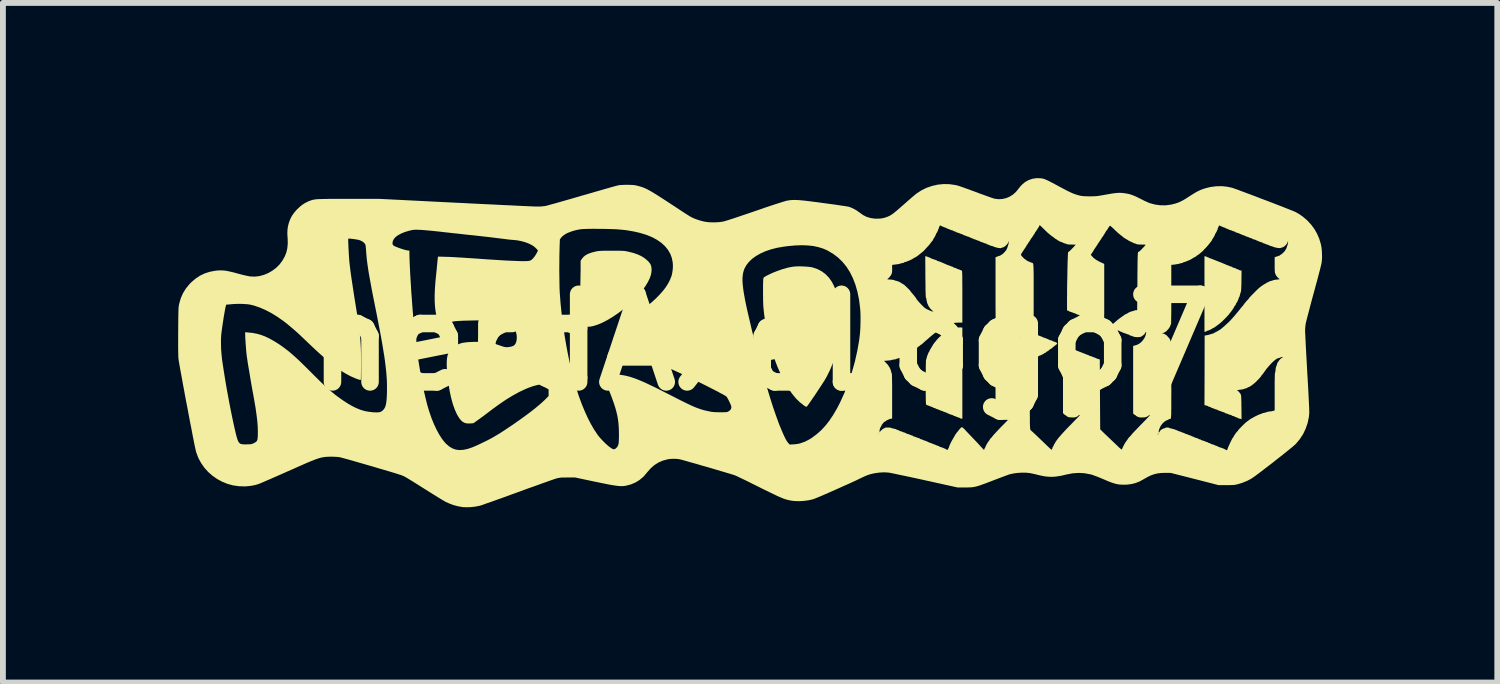
<source format=kicad_pcb>
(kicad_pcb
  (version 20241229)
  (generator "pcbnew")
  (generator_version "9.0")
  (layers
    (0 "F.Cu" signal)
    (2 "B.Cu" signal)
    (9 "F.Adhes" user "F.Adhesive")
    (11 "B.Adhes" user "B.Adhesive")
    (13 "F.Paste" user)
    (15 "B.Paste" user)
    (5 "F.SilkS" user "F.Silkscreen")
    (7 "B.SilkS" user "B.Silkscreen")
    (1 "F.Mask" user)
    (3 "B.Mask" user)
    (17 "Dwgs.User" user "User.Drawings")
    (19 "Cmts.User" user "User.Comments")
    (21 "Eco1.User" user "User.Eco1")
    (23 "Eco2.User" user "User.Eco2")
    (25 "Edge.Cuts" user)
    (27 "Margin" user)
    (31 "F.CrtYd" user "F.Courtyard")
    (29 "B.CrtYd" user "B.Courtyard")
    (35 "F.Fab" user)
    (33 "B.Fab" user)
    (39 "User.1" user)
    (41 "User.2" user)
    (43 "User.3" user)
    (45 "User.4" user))
  (footprint "nerdAxeLogo7"
    (layer "F.Cu")
    (at 9.999 2.81)
    (property "Reference" "nerdAxeLogo7" (at 0 0 0) (layer "F.SilkS") (effects (font (size 1.5 1.5) (thickness 0.3))))
    (attr board_only exclude_from_pos_files exclude_from_bom)
    (fp_poly (pts (xy -2.519 -1.567) (xy -2.471 -1.567) (xy -2.433 -1.567) (xy -2.402 -1.566) (xy -2.377 -1.565) (xy -2.356 -1.563) (xy -2.336 -1.56) (xy -2.316 -1.556) (xy -2.295 -1.552) (xy -2.287 -1.55) (xy -2.204 -1.529) (xy -2.132 -1.504) (xy -2.069 -1.475) (xy -2.014 -1.44) (xy -1.97 -1.404) (xy -1.937 -1.37) (xy -1.914 -1.338) (xy -1.901 -1.304) (xy -1.895 -1.265) (xy -1.894 -1.242) (xy -1.898 -1.193) (xy -1.909 -1.143) (xy -1.928 -1.091) (xy -1.956 -1.034) (xy -1.994 -0.971) (xy -1.998 -0.964) (xy -2.054 -0.886) (xy -2.121 -0.806) (xy -2.197 -0.726) (xy -2.281 -0.648) (xy -2.369 -0.573) (xy -2.462 -0.502) (xy -2.556 -0.438) (xy -2.65 -0.381) (xy -2.743 -0.333) (xy -2.744 -0.333) (xy -2.795 -0.311) (xy -2.845 -0.293) (xy -2.891 -0.279) (xy -2.933 -0.27) (xy -2.968 -0.266) (xy -2.994 -0.268) (xy -3.001 -0.27) (xy -3.02 -0.284) (xy -3.04 -0.308) (xy -3.06 -0.339) (xy -3.079 -0.376) (xy -3.094 -0.415) (xy -3.099 -0.433) (xy -3.105 -0.459) (xy -3.11 -0.484) (xy -3.114 -0.51) (xy -3.117 -0.54) (xy -3.119 -0.573) (xy -3.121 -0.612) (xy -3.121 -0.658) (xy -3.121 -0.712) (xy -3.119 -0.777) (xy -3.118 -0.852) (xy -3.117 -0.884) (xy -3.115 -0.95) (xy -3.113 -1.016) (xy -3.112 -1.08) (xy -3.111 -1.14) (xy -3.11 -1.194) (xy -3.109 -1.239) (xy -3.109 -1.275) (xy -3.109 -1.284) (xy -3.109 -1.396) (xy -3.086 -1.43) (xy -3.059 -1.463) (xy -3.024 -1.491) (xy -2.981 -1.514) (xy -2.927 -1.534) (xy -2.861 -1.552) (xy -2.857 -1.552) (xy -2.837 -1.557) (xy -2.819 -1.56) (xy -2.799 -1.563) (xy -2.778 -1.564) (xy -2.752 -1.566) (xy -2.72 -1.567) (xy -2.681 -1.567) (xy -2.631 -1.567) (xy -2.578 -1.567)) (stroke (width 0) (type solid)) (fill yes) (layer "F.SilkS"))
    (fp_poly (pts (xy 0.712 -1.298) (xy 0.763 -1.295) (xy 0.809 -1.291) (xy 0.846 -1.285) (xy 0.865 -1.281) (xy 0.946 -1.253) (xy 1.019 -1.215) (xy 1.084 -1.166) (xy 1.142 -1.107) (xy 1.191 -1.037) (xy 1.233 -0.956) (xy 1.259 -0.891) (xy 1.273 -0.849) (xy 1.285 -0.806) (xy 1.294 -0.762) (xy 1.302 -0.714) (xy 1.308 -0.661) (xy 1.312 -0.601) (xy 1.315 -0.534) (xy 1.316 -0.456) (xy 1.317 -0.367) (xy 1.317 -0.356) (xy 1.316 -0.283) (xy 1.316 -0.221) (xy 1.314 -0.167) (xy 1.312 -0.12) (xy 1.309 -0.077) (xy 1.304 -0.036) (xy 1.299 0.005) (xy 1.291 0.049) (xy 1.282 0.097) (xy 1.277 0.123) (xy 1.248 0.238) (xy 1.21 0.355) (xy 1.162 0.471) (xy 1.106 0.584) (xy 1.079 0.631) (xy 1.064 0.657) (xy 1.043 0.689) (xy 1.018 0.728) (xy 0.99 0.771) (xy 0.96 0.816) (xy 0.929 0.863) (xy 0.898 0.91) (xy 0.867 0.954) (xy 0.839 0.996) (xy 0.813 1.033) (xy 0.792 1.063) (xy 0.775 1.086) (xy 0.764 1.1) (xy 0.763 1.101) (xy 0.757 1.104) (xy 0.746 1.101) (xy 0.73 1.092) (xy 0.716 1.083) (xy 0.645 1.028) (xy 0.576 0.96) (xy 0.51 0.879) (xy 0.445 0.786) (xy 0.383 0.68) (xy 0.323 0.562) (xy 0.266 0.431) (xy 0.236 0.356) (xy 0.191 0.229) (xy 0.149 0.092) (xy 0.111 -0.051) (xy 0.079 -0.198) (xy 0.052 -0.344) (xy 0.032 -0.486) (xy 0.02 -0.603) (xy 0.018 -0.633) (xy 0.017 -0.671) (xy 0.015 -0.716) (xy 0.015 -0.765) (xy 0.014 -0.818) (xy 0.014 -0.87) (xy 0.014 -0.922) (xy 0.014 -0.97) (xy 0.015 -1.013) (xy 0.016 -1.048) (xy 0.017 -1.074) (xy 0.019 -1.086) (xy 0.021 -1.098) (xy 0.025 -1.107) (xy 0.033 -1.115) (xy 0.048 -1.124) (xy 0.07 -1.137) (xy 0.089 -1.147) (xy 0.173 -1.187) (xy 0.261 -1.222) (xy 0.35 -1.253) (xy 0.436 -1.277) (xy 0.516 -1.293) (xy 0.527 -1.294) (xy 0.564 -1.298) (xy 0.61 -1.3) (xy 0.66 -1.3)) (stroke (width 0) (type solid)) (fill yes) (layer "F.SilkS"))
    (fp_poly (pts (xy 7.6 -1.47) (xy 7.604 -1.466) (xy 7.61 -1.461) (xy 7.624 -1.457) (xy 7.627 -1.456) (xy 7.642 -1.451) (xy 7.65 -1.446) (xy 7.65 -1.445) (xy 7.656 -1.44) (xy 7.66 -1.439) (xy 7.666 -1.438) (xy 7.676 -1.436) (xy 7.691 -1.43) (xy 7.713 -1.421) (xy 7.745 -1.409) (xy 7.766 -1.4) (xy 7.779 -1.395) (xy 7.799 -1.387) (xy 7.819 -1.379) (xy 7.855 -1.366) (xy 7.892 -1.35) (xy 7.937 -1.331) (xy 7.938 -1.33) (xy 7.957 -1.322) (xy 7.974 -1.317) (xy 7.989 -1.311) (xy 7.997 -1.307) (xy 8.008 -1.302) (xy 8.024 -1.297) (xy 8.025 -1.297) (xy 8.04 -1.293) (xy 8.046 -1.288) (xy 8.046 -1.287) (xy 8.052 -1.283) (xy 8.067 -1.277) (xy 8.079 -1.274) (xy 8.098 -1.269) (xy 8.11 -1.263) (xy 8.112 -1.261) (xy 8.118 -1.256) (xy 8.132 -1.252) (xy 8.136 -1.251) (xy 8.151 -1.247) (xy 8.158 -1.242) (xy 8.159 -1.241) (xy 8.164 -1.237) (xy 8.179 -1.232) (xy 8.182 -1.231) (xy 8.206 -1.227) (xy 8.204 -1.051) (xy 8.203 -0.989) (xy 8.201 -0.94) (xy 8.199 -0.903) (xy 8.197 -0.878) (xy 8.194 -0.864) (xy 8.193 -0.861) (xy 8.188 -0.848) (xy 8.182 -0.826) (xy 8.178 -0.81) (xy 8.173 -0.79) (xy 8.168 -0.776) (xy 8.165 -0.772) (xy 8.159 -0.767) (xy 8.159 -0.762) (xy 8.156 -0.751) (xy 8.15 -0.733) (xy 8.141 -0.713) (xy 8.132 -0.694) (xy 8.123 -0.679) (xy 8.118 -0.673) (xy 8.118 -0.673) (xy 8.114 -0.668) (xy 8.109 -0.654) (xy 8.109 -0.653) (xy 8.103 -0.638) (xy 8.095 -0.629) (xy 8.095 -0.629) (xy 8.087 -0.622) (xy 8.086 -0.619) (xy 8.082 -0.61) (xy 8.073 -0.593) (xy 8.059 -0.572) (xy 8.044 -0.549) (xy 8.028 -0.528) (xy 8.014 -0.51) (xy 8.01 -0.505) (xy 7.999 -0.492) (xy 7.994 -0.484) (xy 7.994 -0.483) (xy 7.989 -0.477) (xy 7.977 -0.463) (xy 7.959 -0.444) (xy 7.938 -0.422) (xy 7.914 -0.398) (xy 7.891 -0.375) (xy 7.87 -0.354) (xy 7.852 -0.338) (xy 7.84 -0.328) (xy 7.839 -0.327) (xy 7.823 -0.315) (xy 7.809 -0.304) (xy 7.793 -0.292) (xy 7.782 -0.284) (xy 7.767 -0.273) (xy 7.749 -0.26) (xy 7.747 -0.259) (xy 7.732 -0.249) (xy 7.72 -0.244) (xy 7.718 -0.244) (xy 7.71 -0.241) (xy 7.71 -0.239) (xy 7.704 -0.234) (xy 7.69 -0.226) (xy 7.671 -0.216) (xy 7.651 -0.207) (xy 7.633 -0.201) (xy 7.622 -0.198) (xy 7.622 -0.198) (xy 7.612 -0.195) (xy 7.61 -0.192) (xy 7.602 -0.187) (xy 7.589 -0.182) (xy 7.571 -0.178) (xy 7.571 -0.825) (xy 7.571 -1.472) (xy 7.588 -1.472)) (stroke (width 0) (type solid)) (fill yes) (layer "F.SilkS"))
    (fp_poly (pts (xy 3.404 -0.254) (xy 3.426 -0.25) (xy 3.426 0.528) (xy 3.426 1.307) (xy 3.411 1.307) (xy 3.393 1.303) (xy 3.383 1.297) (xy 3.369 1.289) (xy 3.36 1.287) (xy 3.348 1.284) (xy 3.33 1.277) (xy 3.324 1.274) (xy 3.305 1.266) (xy 3.289 1.261) (xy 3.286 1.261) (xy 3.276 1.258) (xy 3.274 1.255) (xy 3.268 1.249) (xy 3.254 1.244) (xy 3.253 1.244) (xy 3.23 1.238) (xy 3.211 1.231) (xy 3.193 1.223) (xy 3.17 1.213) (xy 3.162 1.209) (xy 3.14 1.2) (xy 3.12 1.193) (xy 3.114 1.191) (xy 3.099 1.186) (xy 3.092 1.181) (xy 3.083 1.176) (xy 3.077 1.175) (xy 3.063 1.172) (xy 3.049 1.166) (xy 3.03 1.157) (xy 3.008 1.149) (xy 3.007 1.149) (xy 2.985 1.141) (xy 2.966 1.132) (xy 2.965 1.131) (xy 2.948 1.125) (xy 2.936 1.122) (xy 2.926 1.119) (xy 2.924 1.116) (xy 2.918 1.111) (xy 2.904 1.106) (xy 2.903 1.105) (xy 2.886 1.101) (xy 2.875 1.096) (xy 2.875 1.096) (xy 2.865 1.091) (xy 2.847 1.084) (xy 2.842 1.083) (xy 2.823 1.076) (xy 2.809 1.069) (xy 2.807 1.068) (xy 2.805 1.063) (xy 2.804 1.053) (xy 2.802 1.037) (xy 2.801 1.012) (xy 2.8 0.98) (xy 2.8 0.938) (xy 2.799 0.886) (xy 2.799 0.823) (xy 2.799 0.749) (xy 2.799 0.679) (xy 2.799 0.608) (xy 2.799 0.542) (xy 2.8 0.481) (xy 2.8 0.427) (xy 2.801 0.381) (xy 2.802 0.344) (xy 2.803 0.317) (xy 2.804 0.301) (xy 2.805 0.297) (xy 2.809 0.291) (xy 2.813 0.277) (xy 2.815 0.27) (xy 2.82 0.246) (xy 2.829 0.22) (xy 2.832 0.214) (xy 2.84 0.196) (xy 2.844 0.182) (xy 2.845 0.179) (xy 2.849 0.172) (xy 2.851 0.172) (xy 2.856 0.166) (xy 2.862 0.152) (xy 2.865 0.145) (xy 2.871 0.129) (xy 2.877 0.12) (xy 2.879 0.119) (xy 2.884 0.114) (xy 2.885 0.11) (xy 2.889 0.099) (xy 2.898 0.086) (xy 2.907 0.073) (xy 2.911 0.065) (xy 2.915 0.057) (xy 2.924 0.042) (xy 2.935 0.025) (xy 2.947 0.01) (xy 2.951 0.005) (xy 2.962 -0.008) (xy 2.974 -0.023) (xy 2.974 -0.024) (xy 2.987 -0.04) (xy 3.005 -0.06) (xy 3.027 -0.082) (xy 3.051 -0.104) (xy 3.073 -0.124) (xy 3.092 -0.14) (xy 3.105 -0.15) (xy 3.11 -0.152) (xy 3.118 -0.156) (xy 3.13 -0.166) (xy 3.133 -0.168) (xy 3.152 -0.182) (xy 3.173 -0.193) (xy 3.187 -0.199) (xy 3.195 -0.205) (xy 3.195 -0.206) (xy 3.201 -0.21) (xy 3.215 -0.214) (xy 3.218 -0.215) (xy 3.233 -0.219) (xy 3.241 -0.223) (xy 3.241 -0.224) (xy 3.247 -0.229) (xy 3.263 -0.235) (xy 3.287 -0.241) (xy 3.314 -0.246) (xy 3.343 -0.251) (xy 3.37 -0.254) (xy 3.393 -0.255)) (stroke (width 0) (type solid)) (fill yes) (layer "F.SilkS"))
    (fp_poly (pts (xy 4.743 -2.809) (xy 4.764 -2.808) (xy 4.782 -2.806) (xy 4.8 -2.803) (xy 4.818 -2.799) (xy 4.837 -2.792) (xy 4.859 -2.783) (xy 4.886 -2.771) (xy 4.918 -2.755) (xy 4.957 -2.735) (xy 5.004 -2.71) (xy 5.06 -2.68) (xy 5.102 -2.657) (xy 5.161 -2.626) (xy 5.21 -2.6) (xy 5.251 -2.58) (xy 5.286 -2.563) (xy 5.318 -2.549) (xy 5.347 -2.538) (xy 5.377 -2.528) (xy 5.408 -2.519) (xy 5.419 -2.516) (xy 5.443 -2.51) (xy 5.465 -2.506) (xy 5.488 -2.503) (xy 5.514 -2.501) (xy 5.546 -2.5) (xy 5.587 -2.499) (xy 5.601 -2.499) (xy 5.64 -2.499) (xy 5.673 -2.5) (xy 5.702 -2.501) (xy 5.73 -2.503) (xy 5.76 -2.507) (xy 5.796 -2.513) (xy 5.839 -2.52) (xy 5.871 -2.526) (xy 5.933 -2.537) (xy 5.984 -2.546) (xy 6.026 -2.552) (xy 6.061 -2.556) (xy 6.092 -2.558) (xy 6.119 -2.559) (xy 6.145 -2.558) (xy 6.173 -2.556) (xy 6.178 -2.555) (xy 6.217 -2.55) (xy 6.252 -2.544) (xy 6.285 -2.537) (xy 6.319 -2.526) (xy 6.355 -2.513) (xy 6.396 -2.496) (xy 6.442 -2.473) (xy 6.497 -2.446) (xy 6.541 -2.423) (xy 6.629 -2.384) (xy 6.72 -2.359) (xy 6.813 -2.346) (xy 6.908 -2.345) (xy 7.004 -2.358) (xy 7.068 -2.374) (xy 7.112 -2.388) (xy 7.157 -2.407) (xy 7.204 -2.431) (xy 7.256 -2.462) (xy 7.316 -2.501) (xy 7.318 -2.502) (xy 7.374 -2.538) (xy 7.424 -2.568) (xy 7.468 -2.591) (xy 7.511 -2.611) (xy 7.556 -2.627) (xy 7.573 -2.633) (xy 7.671 -2.658) (xy 7.771 -2.671) (xy 7.871 -2.673) (xy 7.969 -2.662) (xy 8.049 -2.644) (xy 8.065 -2.638) (xy 8.092 -2.629) (xy 8.129 -2.616) (xy 8.174 -2.599) (xy 8.227 -2.579) (xy 8.286 -2.557) (xy 8.351 -2.533) (xy 8.419 -2.507) (xy 8.49 -2.48) (xy 8.562 -2.452) (xy 8.635 -2.425) (xy 8.708 -2.397) (xy 8.778 -2.37) (xy 8.845 -2.344) (xy 8.908 -2.32) (xy 8.965 -2.297) (xy 9.016 -2.277) (xy 9.059 -2.26) (xy 9.093 -2.246) (xy 9.117 -2.236) (xy 9.129 -2.231) (xy 9.191 -2.196) (xy 9.252 -2.153) (xy 9.31 -2.105) (xy 9.339 -2.078) (xy 9.403 -2.007) (xy 9.455 -1.936) (xy 9.498 -1.86) (xy 9.534 -1.778) (xy 9.562 -1.686) (xy 9.563 -1.683) (xy 9.573 -1.633) (xy 9.58 -1.575) (xy 9.583 -1.513) (xy 9.584 -1.451) (xy 9.58 -1.393) (xy 9.575 -1.356) (xy 9.572 -1.34) (xy 9.565 -1.312) (xy 9.556 -1.274) (xy 9.544 -1.226) (xy 9.529 -1.171) (xy 9.513 -1.109) (xy 9.495 -1.041) (xy 9.475 -0.968) (xy 9.455 -0.893) (xy 9.439 -0.835) (xy 9.418 -0.758) (xy 9.398 -0.684) (xy 9.379 -0.613) (xy 9.362 -0.546) (xy 9.346 -0.486) (xy 9.332 -0.433) (xy 9.321 -0.389) (xy 9.312 -0.354) (xy 9.306 -0.329) (xy 9.304 -0.318) (xy 9.299 -0.283) (xy 9.295 -0.242) (xy 9.294 -0.206) (xy 9.294 -0.205) (xy 9.294 -0.191) (xy 9.295 -0.164) (xy 9.297 -0.126) (xy 9.299 -0.078) (xy 9.302 -0.021) (xy 9.305 0.045) (xy 9.309 0.118) (xy 9.313 0.198) (xy 9.318 0.283) (xy 9.323 0.372) (xy 9.328 0.465) (xy 9.331 0.525) (xy 9.338 0.634) (xy 9.343 0.73) (xy 9.348 0.815) (xy 9.352 0.89) (xy 9.355 0.954) (xy 9.358 1.01) (xy 9.36 1.058) (xy 9.362 1.098) (xy 9.364 1.131) (xy 9.364 1.159) (xy 9.365 1.183) (xy 9.365 1.202) (xy 9.364 1.218) (xy 9.364 1.232) (xy 9.362 1.245) (xy 9.361 1.257) (xy 9.359 1.269) (xy 9.359 1.275) (xy 9.338 1.378) (xy 9.304 1.477) (xy 9.26 1.571) (xy 9.204 1.657) (xy 9.137 1.737) (xy 9.134 1.74) (xy 9.119 1.754) (xy 9.095 1.775) (xy 9.062 1.803) (xy 9.023 1.835) (xy 8.977 1.872) (xy 8.927 1.912) (xy 8.873 1.955) (xy 8.816 1.999) (xy 8.759 2.045) (xy 8.701 2.09) (xy 8.644 2.133) (xy 8.589 2.175) (xy 8.538 2.215) (xy 8.491 2.25) (xy 8.45 2.281) (xy 8.415 2.306) (xy 8.388 2.324) (xy 8.374 2.334) (xy 8.302 2.372) (xy 8.221 2.405) (xy 8.147 2.428) (xy 8.124 2.433) (xy 8.104 2.438) (xy 8.084 2.441) (xy 8.061 2.443) (xy 8.033 2.444) (xy 7.997 2.445) (xy 7.951 2.445) (xy 7.947 2.445) (xy 7.812 2.445) (xy 7.403 2.34) (xy 6.994 2.236) (xy 6.898 2.235) (xy 6.831 2.237) (xy 6.771 2.244) (xy 6.714 2.257) (xy 6.657 2.277) (xy 6.598 2.305) (xy 6.533 2.342) (xy 6.533 2.342) (xy 6.463 2.381) (xy 6.395 2.408) (xy 6.326 2.426) (xy 6.253 2.436) (xy 6.195 2.438) (xy 6.156 2.437) (xy 6.12 2.435) (xy 6.086 2.43) (xy 6.051 2.423) (xy 6.014 2.412) (xy 5.972 2.398) (xy 5.923 2.379) (xy 5.865 2.354) (xy 5.839 2.343) (xy 5.787 2.321) (xy 5.737 2.301) (xy 5.691 2.284) (xy 5.653 2.27) (xy 5.624 2.261) (xy 5.621 2.261) (xy 5.52 2.242) (xy 5.418 2.236) (xy 5.314 2.243) (xy 5.209 2.263) (xy 5.204 2.264) (xy 5.122 2.284) (xy 5.048 2.296) (xy 4.979 2.303) (xy 4.912 2.302) (xy 4.844 2.296) (xy 4.771 2.282) (xy 4.71 2.268) (xy 4.673 2.258) (xy 4.635 2.25) (xy 4.602 2.243) (xy 4.576 2.238) (xy 4.512 2.232) (xy 4.441 2.232) (xy 4.369 2.236) (xy 4.299 2.246) (xy 4.237 2.26) (xy 4.231 2.261) (xy 4.217 2.266) (xy 4.192 2.275) (xy 4.158 2.288) (xy 4.116 2.303) (xy 4.069 2.321) (xy 4.017 2.341) (xy 3.962 2.361) (xy 3.957 2.364) (xy 3.886 2.391) (xy 3.826 2.414) (xy 3.775 2.432) (xy 3.731 2.448) (xy 3.694 2.46) (xy 3.661 2.469) (xy 3.631 2.475) (xy 3.603 2.48) (xy 3.575 2.483) (xy 3.544 2.484) (xy 3.511 2.485) (xy 3.473 2.485) (xy 3.472 2.485) (xy 3.343 2.485) (xy 2.782 2.361) (xy 2.696 2.342) (xy 2.613 2.324) (xy 2.534 2.307) (xy 2.459 2.291) (xy 2.391 2.277) (xy 2.329 2.264) (xy 2.275 2.252) (xy 2.23 2.243) (xy 2.195 2.236) (xy 2.171 2.232) (xy 2.161 2.23) (xy 2.087 2.226) (xy 2.008 2.23) (xy 1.927 2.241) (xy 1.849 2.259) (xy 1.802 2.274) (xy 1.778 2.284) (xy 1.745 2.298) (xy 1.709 2.315) (xy 1.672 2.333) (xy 1.662 2.337) (xy 1.633 2.352) (xy 1.595 2.37) (xy 1.549 2.391) (xy 1.497 2.415) (xy 1.441 2.44) (xy 1.38 2.467) (xy 1.318 2.495) (xy 1.255 2.523) (xy 1.192 2.551) (xy 1.131 2.578) (xy 1.074 2.603) (xy 1.021 2.626) (xy 0.974 2.646) (xy 0.934 2.662) (xy 0.903 2.675) (xy 0.881 2.683) (xy 0.875 2.686) (xy 0.797 2.704) (xy 0.714 2.715) (xy 0.63 2.72) (xy 0.549 2.717) (xy 0.493 2.71) (xy 0.467 2.705) (xy 0.442 2.699) (xy 0.417 2.693) (xy 0.391 2.685) (xy 0.363 2.675) (xy 0.331 2.662) (xy 0.295 2.647) (xy 0.253 2.628) (xy 0.205 2.605) (xy 0.149 2.578) (xy 0.084 2.546) (xy 0.009 2.51) (xy -0.058 2.476) (xy -0.125 2.443) (xy -0.189 2.411) (xy -0.249 2.381) (xy -0.305 2.354) (xy -0.355 2.33) (xy -0.397 2.31) (xy -0.432 2.293) (xy -0.457 2.282) (xy -0.472 2.276) (xy -0.472 2.276) (xy -0.488 2.27) (xy -0.516 2.262) (xy -0.553 2.25) (xy -0.599 2.237) (xy -0.652 2.221) (xy -0.71 2.204) (xy -0.774 2.185) (xy -0.841 2.165) (xy -0.909 2.145) (xy -0.978 2.125) (xy -1.047 2.106) (xy -1.113 2.086) (xy -1.177 2.068) (xy -1.235 2.052) (xy -1.287 2.037) (xy -1.332 2.024) (xy -1.369 2.014) (xy -1.395 2.007) (xy -1.41 2.003) (xy -1.41 2.003) (xy -1.462 1.996) (xy -1.52 1.994) (xy -1.578 1.997) (xy -1.622 2.004) (xy -1.704 2.026) (xy -1.778 2.059) (xy -1.846 2.102) (xy -1.909 2.157) (xy -1.968 2.224) (xy -1.974 2.231) (xy -2.033 2.3) (xy -2.099 2.356) (xy -2.17 2.4) (xy -2.248 2.433) (xy -2.327 2.454) (xy -2.351 2.458) (xy -2.374 2.461) (xy -2.399 2.462) (xy -2.425 2.462) (xy -2.454 2.46) (xy -2.488 2.457) (xy -2.527 2.451) (xy -2.573 2.444) (xy -2.627 2.434) (xy -2.689 2.422) (xy -2.763 2.407) (xy -2.847 2.389) (xy -2.865 2.386) (xy -3.205 2.314) (xy -3.333 2.314) (xy -3.379 2.315) (xy -3.415 2.315) (xy -3.443 2.316) (xy -3.465 2.319) (xy -3.486 2.322) (xy -3.507 2.327) (xy -3.525 2.331) (xy -3.54 2.336) (xy -3.567 2.345) (xy -3.604 2.358) (xy -3.65 2.374) (xy -3.705 2.394) (xy -3.768 2.416) (xy -3.837 2.441) (xy -3.912 2.468) (xy -3.992 2.496) (xy -4.075 2.526) (xy -4.161 2.558) (xy -4.186 2.567) (xy -4.273 2.598) (xy -4.356 2.629) (xy -4.436 2.658) (xy -4.512 2.685) (xy -4.582 2.71) (xy -4.645 2.733) (xy -4.702 2.752) (xy -4.749 2.769) (xy -4.788 2.783) (xy -4.816 2.792) (xy -4.834 2.798) (xy -4.837 2.798) (xy -4.911 2.813) (xy -4.99 2.822) (xy -5.069 2.824) (xy -5.129 2.821) (xy -5.203 2.808) (xy -5.281 2.788) (xy -5.357 2.76) (xy -5.423 2.73) (xy -5.438 2.721) (xy -5.464 2.706) (xy -5.499 2.685) (xy -5.54 2.66) (xy -5.588 2.63) (xy -5.64 2.598) (xy -5.696 2.563) (xy -5.754 2.527) (xy -5.769 2.517) (xy -5.839 2.473) (xy -5.899 2.435) (xy -5.949 2.404) (xy -5.992 2.377) (xy -6.027 2.356) (xy -6.056 2.338) (xy -6.079 2.324) (xy -6.098 2.313) (xy -6.114 2.304) (xy -6.127 2.297) (xy -6.139 2.291) (xy -6.151 2.286) (xy -6.163 2.281) (xy -6.172 2.277) (xy -6.186 2.272) (xy -6.213 2.264) (xy -6.249 2.252) (xy -6.294 2.238) (xy -6.347 2.222) (xy -6.407 2.204) (xy -6.471 2.185) (xy -6.54 2.165) (xy -6.611 2.144) (xy -6.684 2.122) (xy -6.758 2.101) (xy -6.83 2.08) (xy -6.9 2.06) (xy -6.966 2.041) (xy -7.028 2.023) (xy -7.084 2.007) (xy -7.133 1.994) (xy -7.173 1.983) (xy -7.203 1.975) (xy -7.223 1.97) (xy -7.225 1.969) (xy -7.266 1.963) (xy -7.316 1.96) (xy -7.371 1.958) (xy -7.425 1.959) (xy -7.477 1.962) (xy -7.52 1.968) (xy -7.525 1.969) (xy -7.545 1.973) (xy -7.564 1.978) (xy -7.584 1.983) (xy -7.605 1.99) (xy -7.629 1.998) (xy -7.657 2.008) (xy -7.689 2.021) (xy -7.727 2.036) (xy -7.771 2.054) (xy -7.822 2.076) (xy -7.881 2.102) (xy -7.949 2.132) (xy -8.027 2.167) (xy -8.116 2.206) (xy -8.139 2.216) (xy -8.212 2.249) (xy -8.283 2.28) (xy -8.35 2.309) (xy -8.413 2.337) (xy -8.469 2.361) (xy -8.519 2.383) (xy -8.561 2.401) (xy -8.594 2.415) (xy -8.616 2.424) (xy -8.627 2.428) (xy -8.692 2.446) (xy -8.757 2.458) (xy -8.827 2.465) (xy -8.855 2.467) (xy -8.957 2.464) (xy -9.057 2.45) (xy -9.153 2.424) (xy -9.245 2.387) (xy -9.332 2.34) (xy -9.412 2.284) (xy -9.486 2.219) (xy -9.551 2.146) (xy -9.607 2.066) (xy -9.654 1.979) (xy -9.689 1.885) (xy -9.693 1.871) (xy -9.697 1.853) (xy -9.704 1.824) (xy -9.713 1.783) (xy -9.723 1.733) (xy -9.735 1.674) (xy -9.748 1.608) (xy -9.762 1.534) (xy -9.777 1.455) (xy -9.794 1.372) (xy -9.81 1.285) (xy -9.827 1.196) (xy -9.844 1.105) (xy -9.862 1.014) (xy -9.879 0.924) (xy -9.895 0.835) (xy -9.911 0.749) (xy -9.926 0.667) (xy -9.94 0.59) (xy -9.953 0.518) (xy -9.965 0.454) (xy -9.975 0.398) (xy -9.983 0.35) (xy -9.989 0.313) (xy -9.993 0.287) (xy -9.994 0.275) (xy -9.996 0.25) (xy -9.997 0.213) (xy -9.998 0.165) (xy -9.999 0.106) (xy -9.999 0.037) (xy -9.999 0.025) (xy -9.266 0.025) (xy -9.264 0.112) (xy -9.257 0.201) (xy -9.248 0.291) (xy -9.245 0.313) (xy -9.233 0.393) (xy -9.22 0.478) (xy -9.206 0.567) (xy -9.191 0.659) (xy -9.175 0.754) (xy -9.158 0.849) (xy -9.14 0.944) (xy -9.123 1.038) (xy -9.105 1.13) (xy -9.087 1.219) (xy -9.07 1.303) (xy -9.053 1.382) (xy -9.037 1.455) (xy -9.022 1.52) (xy -9.009 1.576) (xy -8.996 1.623) (xy -8.985 1.66) (xy -8.976 1.684) (xy -8.974 1.689) (xy -8.962 1.711) (xy -8.949 1.726) (xy -8.934 1.737) (xy -8.913 1.743) (xy -8.885 1.747) (xy -8.848 1.748) (xy -8.819 1.747) (xy -8.785 1.746) (xy -8.76 1.745) (xy -8.742 1.742) (xy -8.726 1.737) (xy -8.708 1.729) (xy -8.703 1.726) (xy -8.68 1.714) (xy -8.663 1.702) (xy -8.651 1.688) (xy -8.643 1.67) (xy -8.639 1.646) (xy -8.636 1.613) (xy -8.635 1.572) (xy -8.635 1.51) (xy -8.637 1.445) (xy -8.642 1.374) (xy -8.65 1.298) (xy -8.661 1.214) (xy -8.674 1.122) (xy -8.692 1.019) (xy -8.71 0.914) (xy -8.723 0.846) (xy -8.736 0.774) (xy -8.749 0.699) (xy -8.762 0.623) (xy -8.774 0.549) (xy -8.786 0.476) (xy -8.798 0.409) (xy -8.808 0.347) (xy -8.816 0.292) (xy -8.823 0.247) (xy -8.827 0.213) (xy -8.828 0.208) (xy -8.832 0.169) (xy -8.836 0.123) (xy -8.84 0.071) (xy -8.844 0.018) (xy -8.847 -0.033) (xy -8.85 -0.08) (xy -8.851 -0.118) (xy -8.852 -0.137) (xy -8.852 -0.172) (xy -8.801 -0.168) (xy -8.723 -0.16) (xy -8.651 -0.146) (xy -8.582 -0.127) (xy -8.513 -0.101) (xy -8.443 -0.068) (xy -8.367 -0.026) (xy -8.324 0.000075) (xy -8.269 0.035) (xy -8.216 0.072) (xy -8.163 0.111) (xy -8.109 0.153) (xy -8.053 0.2) (xy -7.994 0.252) (xy -7.93 0.311) (xy -7.861 0.378) (xy -7.785 0.453) (xy -7.736 0.502) (xy -7.663 0.575) (xy -7.598 0.639) (xy -7.54 0.696) (xy -7.487 0.745) (xy -7.439 0.79) (xy -7.394 0.829) (xy -7.351 0.865) (xy -7.31 0.899) (xy -7.268 0.93) (xy -7.225 0.961) (xy -7.181 0.992) (xy -7.097 1.047) (xy -7.019 1.092) (xy -6.946 1.128) (xy -6.876 1.156) (xy -6.805 1.177) (xy -6.734 1.19) (xy -6.659 1.198) (xy -6.647 1.199) (xy -6.602 1.2) (xy -6.568 1.199) (xy -6.542 1.194) (xy -6.52 1.184) (xy -6.501 1.17) (xy -6.496 1.166) (xy -6.477 1.145) (xy -6.462 1.122) (xy -6.45 1.093) (xy -6.441 1.058) (xy -6.434 1.015) (xy -6.429 0.963) (xy -6.426 0.9) (xy -6.425 0.878) (xy -6.424 0.814) (xy -6.424 0.751) (xy -6.425 0.686) (xy -6.428 0.619) (xy -6.433 0.55) (xy -6.44 0.477) (xy -6.449 0.399) (xy -6.459 0.316) (xy -6.472 0.227) (xy -6.488 0.13) (xy -6.505 0.026) (xy -6.525 -0.087) (xy -6.548 -0.21) (xy -6.574 -0.344) (xy -6.602 -0.489) (xy -6.621 -0.583) (xy -6.645 -0.704) (xy -6.667 -0.814) (xy -6.686 -0.912) (xy -6.702 -1.001) (xy -6.717 -1.081) (xy -6.73 -1.153) (xy -6.741 -1.219) (xy -6.75 -1.279) (xy -6.758 -1.334) (xy -6.765 -1.386) (xy -6.771 -1.436) (xy -6.775 -1.484) (xy -6.779 -1.532) (xy -6.783 -1.581) (xy -6.783 -1.587) (xy -6.786 -1.619) (xy -6.789 -1.647) (xy -6.793 -1.668) (xy -6.796 -1.678) (xy -6.812 -1.698) (xy -6.33 -1.698) (xy -6.326 -1.672) (xy -6.316 -1.66) (xy -6.294 -1.646) (xy -6.285 -1.641) (xy -6.249 -1.627) (xy -6.21 -1.612) (xy -6.169 -1.598) (xy -6.13 -1.586) (xy -6.098 -1.578) (xy -6.075 -1.573) (xy -6.04 -1.569) (xy -6.04 -1.519) (xy -6.039 -1.467) (xy -6.037 -1.404) (xy -6.034 -1.33) (xy -6.03 -1.248) (xy -6.026 -1.159) (xy -6.02 -1.064) (xy -6.014 -0.966) (xy -6.008 -0.864) (xy -6 -0.762) (xy -5.993 -0.66) (xy -5.985 -0.56) (xy -5.977 -0.463) (xy -5.969 -0.371) (xy -5.962 -0.286) (xy -5.954 -0.209) (xy -5.95 -0.175) (xy -5.932 -0.017) (xy -5.911 0.138) (xy -5.89 0.289) (xy -5.866 0.436) (xy -5.842 0.577) (xy -5.817 0.711) (xy -5.791 0.837) (xy -5.764 0.953) (xy -5.738 1.059) (xy -5.711 1.153) (xy -5.699 1.19) (xy -5.661 1.3) (xy -5.619 1.403) (xy -5.575 1.496) (xy -5.53 1.579) (xy -5.483 1.652) (xy -5.435 1.713) (xy -5.41 1.739) (xy -5.358 1.784) (xy -5.303 1.817) (xy -5.246 1.837) (xy -5.185 1.845) (xy -5.119 1.841) (xy -5.057 1.829) (xy -5.014 1.816) (xy -4.966 1.799) (xy -4.912 1.777) (xy -4.85 1.749) (xy -4.78 1.715) (xy -4.753 1.702) (xy -4.702 1.677) (xy -4.658 1.654) (xy -4.617 1.632) (xy -4.578 1.609) (xy -4.538 1.585) (xy -4.494 1.559) (xy -4.446 1.528) (xy -4.39 1.491) (xy -4.357 1.469) (xy -4.26 1.404) (xy -4.166 1.338) (xy -4.077 1.274) (xy -3.993 1.212) (xy -3.915 1.152) (xy -3.845 1.095) (xy -3.784 1.043) (xy -3.732 0.995) (xy -3.701 0.965) (xy -3.657 0.919) (xy -3.657 0.813) (xy -3.657 0.707) (xy -3.705 0.71) (xy -3.779 0.718) (xy -3.849 0.731) (xy -3.918 0.749) (xy -3.992 0.775) (xy -4.053 0.8) (xy -4.157 0.849) (xy -4.267 0.909) (xy -4.384 0.98) (xy -4.506 1.063) (xy -4.635 1.157) (xy -4.68 1.192) (xy -4.719 1.221) (xy -4.762 1.254) (xy -4.805 1.285) (xy -4.844 1.314) (xy -4.86 1.325) (xy -4.943 1.385) (xy -4.995 1.389) (xy -5.047 1.39) (xy -5.091 1.381) (xy -5.129 1.361) (xy -5.163 1.329) (xy -5.185 1.301) (xy -5.226 1.234) (xy -5.262 1.154) (xy -5.295 1.063) (xy -5.324 0.959) (xy -5.349 0.844) (xy -5.371 0.715) (xy -5.388 0.575) (xy -5.39 0.551) (xy -5.398 0.467) (xy -5.401 0.394) (xy -5.401 0.332) (xy -5.397 0.278) (xy -5.389 0.232) (xy -5.376 0.192) (xy -5.358 0.157) (xy -5.335 0.126) (xy -5.309 0.099) (xy -5.269 0.067) (xy -5.219 0.04) (xy -5.165 0.019) (xy -5.129 0.009) (xy -5.079 0.002) (xy -5.018 -0.004) (xy -4.948 -0.007) (xy -4.869 -0.008) (xy -4.785 -0.006) (xy -4.78 -0.006) (xy -4.649 -0.000373) (xy -4.547 0.036) (xy -4.499 0.052) (xy -4.462 0.065) (xy -4.433 0.074) (xy -4.41 0.08) (xy -4.391 0.083) (xy -4.374 0.084) (xy -4.357 0.084) (xy -4.344 0.082) (xy -4.297 0.074) (xy -4.261 0.061) (xy -4.242 0.048) (xy -4.223 0.022) (xy -4.21 -0.012) (xy -4.203 -0.053) (xy -4.202 -0.097) (xy -4.207 -0.141) (xy -4.219 -0.183) (xy -4.228 -0.204) (xy -4.254 -0.242) (xy -4.291 -0.275) (xy -4.34 -0.305) (xy -4.398 -0.33) (xy -4.465 -0.35) (xy -4.539 -0.364) (xy -4.586 -0.37) (xy -4.624 -0.372) (xy -4.673 -0.374) (xy -4.732 -0.375) (xy -4.799 -0.376) (xy -4.872 -0.375) (xy -4.949 -0.374) (xy -5.029 -0.372) (xy -5.109 -0.37) (xy -5.171 -0.367) (xy -5.221 -0.364) (xy -5.264 -0.36) (xy -5.3 -0.354) (xy -5.333 -0.346) (xy -5.365 -0.335) (xy -5.398 -0.322) (xy -5.431 -0.307) (xy -5.457 -0.295) (xy -5.478 -0.285) (xy -5.492 -0.279) (xy -5.496 -0.277) (xy -5.502 -0.283) (xy -5.512 -0.298) (xy -5.523 -0.319) (xy -5.536 -0.344) (xy -5.548 -0.371) (xy -5.553 -0.382) (xy -5.574 -0.445) (xy -5.59 -0.517) (xy -5.601 -0.6) (xy -5.607 -0.692) (xy -5.608 -0.795) (xy -5.604 -0.909) (xy -5.595 -1.034) (xy -5.584 -1.146) (xy -5.579 -1.192) (xy -5.574 -1.24) (xy -5.57 -1.285) (xy -3.474 -1.285) (xy -3.474 -1.207) (xy -3.473 -1.131) (xy -3.472 -1.058) (xy -3.471 -0.992) (xy -3.47 -0.932) (xy -3.468 -0.883) (xy -3.466 -0.845) (xy -3.452 -0.662) (xy -3.433 -0.477) (xy -3.409 -0.291) (xy -3.382 -0.107) (xy -3.351 0.074) (xy -3.317 0.252) (xy -3.279 0.423) (xy -3.239 0.586) (xy -3.197 0.741) (xy -3.152 0.884) (xy -3.134 0.937) (xy -3.087 1.064) (xy -3.037 1.184) (xy -2.986 1.296) (xy -2.933 1.399) (xy -2.88 1.491) (xy -2.826 1.572) (xy -2.813 1.591) (xy -2.783 1.628) (xy -2.746 1.669) (xy -2.706 1.71) (xy -2.665 1.749) (xy -2.627 1.782) (xy -2.601 1.801) (xy -2.573 1.82) (xy -2.551 1.83) (xy -2.534 1.831) (xy -2.518 1.825) (xy -2.5 1.81) (xy -2.497 1.807) (xy -2.483 1.792) (xy -2.473 1.776) (xy -2.465 1.757) (xy -2.459 1.733) (xy -2.456 1.701) (xy -2.454 1.662) (xy -2.453 1.611) (xy -2.453 1.581) (xy -2.454 1.509) (xy -2.457 1.442) (xy -2.462 1.378) (xy -2.47 1.316) (xy -2.481 1.254) (xy -2.496 1.191) (xy -2.514 1.125) (xy -2.536 1.055) (xy -2.563 0.979) (xy -2.594 0.896) (xy -2.631 0.804) (xy -2.674 0.702) (xy -2.676 0.698) (xy -2.693 0.656) (xy -2.709 0.619) (xy -2.722 0.588) (xy -2.732 0.563) (xy -2.738 0.549) (xy -2.739 0.544) (xy -2.733 0.543) (xy -2.716 0.542) (xy -2.69 0.541) (xy -2.658 0.542) (xy -2.621 0.543) (xy -2.582 0.544) (xy -2.544 0.546) (xy -2.516 0.548) (xy -2.469 0.552) (xy -2.424 0.557) (xy -2.38 0.564) (xy -2.337 0.572) (xy -2.293 0.583) (xy -2.247 0.596) (xy -2.199 0.612) (xy -2.147 0.631) (xy -2.091 0.654) (xy -2.029 0.68) (xy -1.962 0.711) (xy -1.887 0.747) (xy -1.804 0.787) (xy -1.713 0.833) (xy -1.611 0.885) (xy -1.518 0.932) (xy -1.432 0.976) (xy -1.356 1.014) (xy -1.289 1.047) (xy -1.23 1.075) (xy -1.177 1.099) (xy -1.129 1.119) (xy -1.085 1.135) (xy -1.043 1.149) (xy -1.003 1.161) (xy -0.962 1.171) (xy -0.92 1.18) (xy -0.911 1.182) (xy -0.877 1.189) (xy -0.844 1.193) (xy -0.809 1.196) (xy -0.769 1.197) (xy -0.72 1.198) (xy -0.719 1.198) (xy -0.678 1.198) (xy -0.647 1.197) (xy -0.624 1.196) (xy -0.608 1.195) (xy -0.596 1.192) (xy -0.586 1.187) (xy -0.575 1.182) (xy -0.547 1.16) (xy -0.532 1.134) (xy -0.528 1.109) (xy -0.531 1.094) (xy -0.539 1.07) (xy -0.551 1.042) (xy -0.566 1.011) (xy -0.581 0.98) (xy -0.596 0.954) (xy -0.608 0.934) (xy -0.615 0.927) (xy -0.626 0.919) (xy -0.647 0.907) (xy -0.678 0.889) (xy -0.717 0.869) (xy -0.762 0.844) (xy -0.813 0.818) (xy -0.868 0.79) (xy -0.926 0.76) (xy -0.986 0.73) (xy -1.046 0.7) (xy -1.105 0.671) (xy -1.162 0.643) (xy -1.17 0.639) (xy -1.314 0.571) (xy -1.447 0.509) (xy -1.573 0.452) (xy -1.693 0.4) (xy -1.808 0.352) (xy -1.92 0.307) (xy -2.032 0.264) (xy -2.144 0.224) (xy -2.258 0.184) (xy -2.357 0.152) (xy -2.405 0.136) (xy -2.448 0.121) (xy -2.487 0.107) (xy -2.518 0.096) (xy -2.54 0.087) (xy -2.552 0.081) (xy -2.553 0.08) (xy -2.558 0.066) (xy -2.56 0.043) (xy -2.559 0.014) (xy -2.556 -0.018) (xy -2.55 -0.049) (xy -2.542 -0.074) (xy -2.522 -0.117) (xy -2.492 -0.162) (xy -2.453 -0.211) (xy -2.404 -0.264) (xy -2.345 -0.32) (xy -2.275 -0.382) (xy -2.195 -0.447) (xy -2.103 -0.519) (xy -2.052 -0.556) (xy -1.969 -0.621) (xy -1.89 -0.687) (xy -1.816 -0.755) (xy -1.751 -0.822) (xy -1.694 -0.887) (xy -1.658 -0.934) (xy -1.627 -0.981) (xy -1.598 -1.031) (xy -1.574 -1.081) (xy -1.569 -1.094) (xy -0.338 -1.094) (xy -0.338 -1.049) (xy -0.335 -0.999) (xy -0.329 -0.943) (xy -0.321 -0.88) (xy -0.309 -0.81) (xy -0.295 -0.731) (xy -0.277 -0.643) (xy -0.256 -0.546) (xy -0.231 -0.438) (xy -0.203 -0.319) (xy -0.178 -0.211) (xy -0.122 0.015) (xy -0.068 0.229) (xy -0.015 0.43) (xy 0.037 0.617) (xy 0.087 0.792) (xy 0.136 0.954) (xy 0.183 1.103) (xy 0.23 1.239) (xy 0.274 1.362) (xy 0.295 1.416) (xy 0.326 1.492) (xy 0.355 1.56) (xy 0.381 1.617) (xy 0.405 1.664) (xy 0.426 1.699) (xy 0.444 1.723) (xy 0.446 1.725) (xy 0.471 1.751) (xy 0.537 1.747) (xy 0.573 1.744) (xy 0.61 1.739) (xy 0.643 1.732) (xy 0.653 1.729) (xy 0.734 1.7) (xy 0.813 1.659) (xy 0.856 1.631) (xy 0.937 1.57) (xy 0.94 1.567) (xy 1.994 1.567) (xy 1.995 1.576) (xy 1.997 1.576) (xy 1.999 1.567) (xy 1.998 1.563) (xy 1.995 1.561) (xy 1.994 1.567) (xy 0.94 1.567) (xy 0.962 1.548) (xy 2 1.548) (xy 2.003 1.551) (xy 2.007 1.548) (xy 2.003 1.545) (xy 2 1.548) (xy 0.962 1.548) (xy 0.984 1.528) (xy 2.007 1.528) (xy 2.009 1.533) (xy 2.015 1.53) (xy 2.028 1.518) (xy 2.035 1.51) (xy 2.053 1.493) (xy 2.07 1.48) (xy 2.081 1.475) (xy 2.094 1.47) (xy 2.099 1.465) (xy 2.105 1.462) (xy 2.12 1.46) (xy 2.142 1.459) (xy 2.165 1.459) (xy 2.186 1.461) (xy 2.202 1.463) (xy 2.209 1.466) (xy 2.218 1.47) (xy 2.237 1.475) (xy 2.256 1.479) (xy 2.277 1.484) (xy 2.292 1.488) (xy 2.297 1.492) (xy 2.303 1.496) (xy 2.317 1.501) (xy 2.32 1.501) (xy 2.335 1.506) (xy 2.343 1.51) (xy 2.343 1.511) (xy 2.349 1.516) (xy 2.363 1.52) (xy 2.365 1.521) (xy 2.386 1.527) (xy 2.404 1.534) (xy 2.424 1.543) (xy 2.442 1.548) (xy 2.456 1.552) (xy 2.462 1.557) (xy 2.462 1.558) (xy 2.468 1.562) (xy 2.482 1.567) (xy 2.484 1.567) (xy 2.505 1.573) (xy 2.523 1.58) (xy 2.543 1.589) (xy 2.561 1.594) (xy 2.575 1.599) (xy 2.581 1.604) (xy 2.581 1.605) (xy 2.586 1.61) (xy 2.591 1.611) (xy 2.603 1.613) (xy 2.621 1.62) (xy 2.629 1.623) (xy 2.652 1.632) (xy 2.673 1.639) (xy 2.678 1.64) (xy 2.693 1.645) (xy 2.7 1.65) (xy 2.7 1.651) (xy 2.705 1.656) (xy 2.711 1.657) (xy 2.724 1.66) (xy 2.743 1.667) (xy 2.749 1.67) (xy 2.767 1.678) (xy 2.779 1.682) (xy 2.781 1.683) (xy 2.791 1.686) (xy 2.809 1.693) (xy 2.831 1.702) (xy 2.853 1.713) (xy 2.854 1.713) (xy 2.869 1.72) (xy 2.88 1.723) (xy 2.891 1.726) (xy 2.905 1.732) (xy 2.924 1.74) (xy 2.946 1.748) (xy 2.948 1.749) (xy 2.966 1.756) (xy 2.979 1.761) (xy 2.98 1.763) (xy 2.991 1.767) (xy 3.008 1.772) (xy 3.008 1.772) (xy 3.023 1.777) (xy 3.03 1.782) (xy 3.03 1.782) (xy 3.036 1.787) (xy 3.049 1.792) (xy 3.051 1.792) (xy 3.088 1.804) (xy 3.13 1.822) (xy 3.142 1.829) (xy 3.163 1.839) (xy 3.176 1.84) (xy 3.181 1.834) (xy 3.182 1.828) (xy 3.184 1.818) (xy 3.187 1.815) (xy 3.192 1.809) (xy 3.197 1.795) (xy 3.197 1.793) (xy 3.203 1.776) (xy 3.214 1.75) (xy 3.228 1.72) (xy 3.245 1.687) (xy 3.263 1.656) (xy 3.266 1.65) (xy 3.278 1.631) (xy 3.288 1.613) (xy 3.289 1.611) (xy 3.301 1.589) (xy 3.316 1.566) (xy 3.33 1.547) (xy 3.334 1.543) (xy 3.345 1.53) (xy 3.356 1.515) (xy 3.379 1.486) (xy 3.399 1.465) (xy 3.414 1.454) (xy 3.419 1.452) (xy 3.428 1.457) (xy 3.444 1.47) (xy 3.463 1.488) (xy 3.479 1.505) (xy 3.502 1.531) (xy 3.532 1.562) (xy 3.563 1.595) (xy 3.592 1.625) (xy 3.593 1.626) (xy 3.687 1.725) (xy 3.774 1.82) (xy 3.789 1.836) (xy 3.798 1.841) (xy 3.802 1.836) (xy 3.802 1.828) (xy 3.805 1.818) (xy 3.808 1.815) (xy 3.814 1.81) (xy 3.818 1.798) (xy 3.824 1.783) (xy 3.834 1.762) (xy 3.847 1.738) (xy 3.861 1.715) (xy 3.874 1.695) (xy 3.884 1.683) (xy 3.886 1.681) (xy 3.894 1.671) (xy 3.894 1.667) (xy 3.899 1.657) (xy 3.911 1.644) (xy 3.913 1.642) (xy 3.926 1.63) (xy 3.934 1.62) (xy 3.935 1.618) (xy 3.941 1.61) (xy 3.955 1.593) (xy 3.976 1.569) (xy 4.004 1.539) (xy 4.036 1.505) (xy 4.072 1.467) (xy 4.111 1.427) (xy 4.139 1.399) (xy 4.178 1.359) (xy 4.213 1.323) (xy 4.243 1.292) (xy 4.266 1.267) (xy 4.282 1.249) (xy 4.29 1.239) (xy 4.291 1.237) (xy 4.285 1.239) (xy 4.272 1.247) (xy 4.253 1.259) (xy 4.248 1.262) (xy 4.205 1.289) (xy 4.144 1.286) (xy 4.104 1.282) (xy 4.074 1.276) (xy 4.049 1.264) (xy 4.026 1.246) (xy 4.015 1.237) (xy 4.002 1.224) (xy 4.291 1.224) (xy 4.294 1.228) (xy 4.297 1.224) (xy 4.294 1.221) (xy 4.291 1.224) (xy 4.002 1.224) (xy 3.994 1.216) (xy 3.994 0.605) (xy 3.994 0.514) (xy 3.994 0.428) (xy 3.994 0.347) (xy 3.994 0.272) (xy 3.995 0.204) (xy 3.995 0.144) (xy 3.996 0.093) (xy 3.997 0.051) (xy 3.998 0.02) (xy 3.998 0.001) (xy 3.999 -0.007) (xy 3.999 -0.007) (xy 4.004 -0.012) (xy 4.008 -0.027) (xy 4.009 -0.029) (xy 4.017 -0.053) (xy 4.027 -0.07) (xy 4.428 -0.07) (xy 4.428 -0.059) (xy 4.431 -0.057) (xy 4.435 -0.066) (xy 4.436 -0.069) (xy 4.441 -0.079) (xy 4.453 -0.095) (xy 4.47 -0.112) (xy 4.489 -0.128) (xy 4.507 -0.14) (xy 4.513 -0.143) (xy 4.534 -0.148) (xy 4.563 -0.151) (xy 4.595 -0.15) (xy 4.627 -0.148) (xy 4.657 -0.143) (xy 4.679 -0.137) (xy 4.691 -0.13) (xy 4.701 -0.126) (xy 4.706 -0.125) (xy 4.718 -0.122) (xy 4.736 -0.115) (xy 4.743 -0.112) (xy 4.762 -0.104) (xy 4.777 -0.1) (xy 4.781 -0.099) (xy 4.79 -0.096) (xy 4.792 -0.093) (xy 4.798 -0.088) (xy 4.812 -0.083) (xy 4.814 -0.082) (xy 4.829 -0.078) (xy 4.849 -0.071) (xy 4.876 -0.06) (xy 4.912 -0.044) (xy 4.915 -0.042) (xy 4.932 -0.036) (xy 4.945 -0.033) (xy 4.945 -0.033) (xy 4.958 -0.029) (xy 4.968 -0.023) (xy 4.981 -0.016) (xy 4.989 -0.013) (xy 5.002 -0.01) (xy 5.02 -0.003) (xy 5.036 0.005) (xy 5.047 0.014) (xy 5.05 0.018) (xy 5.049 0.022) (xy 5.046 0.027) (xy 5.04 0.034) (xy 5.027 0.045) (xy 5.006 0.061) (xy 4.997 0.068) (xy 4.978 0.083) (xy 4.963 0.096) (xy 4.955 0.104) (xy 4.945 0.111) (xy 4.941 0.112) (xy 4.929 0.117) (xy 4.926 0.12) (xy 4.917 0.13) (xy 4.902 0.141) (xy 4.887 0.152) (xy 4.875 0.158) (xy 4.872 0.158) (xy 4.865 0.164) (xy 4.862 0.168) (xy 4.854 0.177) (xy 4.849 0.178) (xy 4.836 0.183) (xy 4.83 0.187) (xy 4.819 0.195) (xy 4.801 0.205) (xy 4.78 0.216) (xy 4.759 0.225) (xy 4.744 0.23) (xy 4.74 0.231) (xy 4.733 0.235) (xy 4.733 0.237) (xy 4.727 0.242) (xy 4.712 0.246) (xy 4.703 0.248) (xy 4.685 0.252) (xy 4.675 0.256) (xy 4.673 0.258) (xy 4.667 0.262) (xy 4.652 0.266) (xy 4.642 0.267) (xy 4.62 0.27) (xy 4.601 0.273) (xy 4.596 0.274) (xy 4.581 0.277) (xy 4.581 0.88) (xy 4.581 0.983) (xy 4.581 1.074) (xy 4.581 1.153) (xy 4.581 1.222) (xy 4.582 1.28) (xy 4.582 1.33) (xy 4.582 1.371) (xy 4.583 1.405) (xy 4.584 1.432) (xy 4.585 1.453) (xy 4.586 1.469) (xy 4.587 1.48) (xy 4.588 1.489) (xy 4.59 1.494) (xy 4.592 1.498) (xy 4.592 1.499) (xy 4.605 1.514) (xy 4.617 1.524) (xy 4.627 1.532) (xy 4.644 1.548) (xy 4.665 1.568) (xy 4.689 1.591) (xy 4.69 1.591) (xy 4.746 1.645) (xy 4.794 1.691) (xy 4.834 1.729) (xy 4.866 1.76) (xy 4.892 1.785) (xy 4.912 1.804) (xy 4.927 1.818) (xy 4.939 1.828) (xy 4.946 1.834) (xy 4.951 1.838) (xy 4.954 1.839) (xy 4.956 1.839) (xy 4.957 1.838) (xy 4.962 1.83) (xy 4.966 1.815) (xy 4.967 1.812) (xy 4.971 1.797) (xy 4.976 1.789) (xy 4.977 1.789) (xy 4.982 1.783) (xy 4.987 1.771) (xy 4.994 1.753) (xy 5.004 1.737) (xy 5.013 1.724) (xy 5.017 1.715) (xy 5.017 1.715) (xy 5.02 1.708) (xy 5.03 1.693) (xy 5.044 1.674) (xy 5.06 1.652) (xy 5.076 1.632) (xy 5.09 1.616) (xy 5.096 1.61) (xy 5.105 1.599) (xy 5.119 1.583) (xy 5.137 1.563) (xy 5.139 1.56) (xy 5.154 1.544) (xy 5.176 1.52) (xy 5.203 1.491) (xy 5.234 1.459) (xy 5.266 1.426) (xy 5.271 1.422) (xy 5.314 1.377) (xy 5.352 1.338) (xy 5.384 1.305) (xy 5.41 1.278) (xy 5.428 1.259) (xy 5.437 1.247) (xy 5.439 1.244) (xy 5.434 1.244) (xy 5.426 1.246) (xy 5.415 1.251) (xy 5.413 1.254) (xy 5.407 1.26) (xy 5.394 1.269) (xy 5.384 1.274) (xy 5.368 1.281) (xy 5.352 1.285) (xy 5.333 1.287) (xy 5.306 1.286) (xy 5.293 1.286) (xy 5.261 1.284) (xy 5.239 1.28) (xy 5.23 1.276) (xy 5.229 1.275) (xy 5.221 1.268) (xy 5.217 1.267) (xy 5.207 1.262) (xy 5.204 1.257) (xy 5.196 1.249) (xy 5.192 1.248) (xy 5.182 1.243) (xy 5.169 1.233) (xy 5.166 1.23) (xy 5.149 1.213) (xy 5.149 0.636) (xy 5.149 0.059) (xy 5.164 0.059) (xy 5.179 0.062) (xy 5.185 0.065) (xy 5.194 0.07) (xy 5.212 0.077) (xy 5.236 0.086) (xy 5.244 0.089) (xy 5.271 0.099) (xy 5.295 0.108) (xy 5.311 0.115) (xy 5.314 0.117) (xy 5.328 0.123) (xy 5.338 0.125) (xy 5.348 0.128) (xy 5.365 0.134) (xy 5.377 0.139) (xy 5.402 0.15) (xy 5.421 0.157) (xy 5.44 0.165) (xy 5.462 0.173) (xy 5.485 0.182) (xy 5.509 0.191) (xy 5.529 0.199) (xy 5.54 0.204) (xy 5.541 0.205) (xy 5.552 0.21) (xy 5.569 0.214) (xy 5.569 0.214) (xy 5.584 0.219) (xy 5.591 0.224) (xy 5.591 0.224) (xy 5.597 0.229) (xy 5.611 0.233) (xy 5.612 0.234) (xy 5.633 0.239) (xy 5.651 0.247) (xy 5.671 0.255) (xy 5.687 0.26) (xy 5.702 0.265) (xy 5.71 0.27) (xy 5.717 0.274) (xy 5.734 0.28) (xy 5.746 0.284) (xy 5.779 0.294) (xy 5.782 0.892) (xy 5.786 1.49) (xy 5.832 1.535) (xy 5.855 1.558) (xy 5.885 1.586) (xy 5.916 1.616) (xy 5.946 1.645) (xy 5.948 1.646) (xy 5.981 1.678) (xy 6.019 1.714) (xy 6.056 1.749) (xy 6.086 1.778) (xy 6.116 1.807) (xy 6.139 1.826) (xy 6.152 1.835) (xy 6.157 1.835) (xy 6.167 1.81) (xy 6.182 1.779) (xy 6.199 1.746) (xy 6.218 1.714) (xy 6.236 1.688) (xy 6.249 1.671) (xy 6.256 1.661) (xy 6.258 1.657) (xy 6.262 1.649) (xy 6.273 1.636) (xy 6.279 1.629) (xy 6.296 1.611) (xy 6.316 1.589) (xy 6.325 1.578) (xy 6.33 1.571) (xy 6.772 1.571) (xy 6.774 1.582) (xy 6.775 1.584) (xy 6.778 1.579) (xy 6.781 1.571) (xy 6.781 1.56) (xy 6.778 1.558) (xy 6.774 1.563) (xy 6.772 1.571) (xy 6.33 1.571) (xy 6.336 1.565) (xy 6.355 1.544) (xy 6.362 1.536) (xy 6.787 1.536) (xy 6.791 1.544) (xy 6.797 1.541) (xy 6.805 1.526) (xy 6.818 1.508) (xy 6.839 1.491) (xy 6.865 1.478) (xy 6.878 1.474) (xy 6.894 1.47) (xy 6.902 1.465) (xy 6.909 1.461) (xy 6.924 1.459) (xy 6.942 1.459) (xy 6.956 1.46) (xy 6.964 1.463) (xy 6.964 1.464) (xy 6.97 1.468) (xy 6.985 1.472) (xy 7.006 1.477) (xy 7.031 1.483) (xy 7.054 1.49) (xy 7.067 1.495) (xy 7.084 1.502) (xy 7.098 1.505) (xy 7.107 1.508) (xy 7.109 1.511) (xy 7.115 1.516) (xy 7.129 1.52) (xy 7.129 1.521) (xy 7.147 1.526) (xy 7.17 1.534) (xy 7.178 1.538) (xy 7.197 1.546) (xy 7.213 1.551) (xy 7.218 1.551) (xy 7.227 1.554) (xy 7.228 1.557) (xy 7.234 1.562) (xy 7.247 1.567) (xy 7.248 1.567) (xy 7.266 1.572) (xy 7.289 1.58) (xy 7.297 1.584) (xy 7.316 1.592) (xy 7.332 1.597) (xy 7.336 1.597) (xy 7.345 1.6) (xy 7.347 1.603) (xy 7.352 1.608) (xy 7.367 1.613) (xy 7.37 1.613) (xy 7.385 1.618) (xy 7.393 1.622) (xy 7.393 1.623) (xy 7.399 1.627) (xy 7.414 1.633) (xy 7.429 1.637) (xy 7.449 1.643) (xy 7.462 1.648) (xy 7.466 1.651) (xy 7.471 1.656) (xy 7.485 1.66) (xy 7.489 1.661) (xy 7.504 1.665) (xy 7.512 1.669) (xy 7.512 1.67) (xy 7.517 1.675) (xy 7.531 1.679) (xy 7.532 1.679) (xy 7.55 1.684) (xy 7.572 1.693) (xy 7.581 1.696) (xy 7.6 1.704) (xy 7.616 1.709) (xy 7.62 1.71) (xy 7.629 1.713) (xy 7.631 1.715) (xy 7.636 1.72) (xy 7.651 1.725) (xy 7.654 1.726) (xy 7.669 1.73) (xy 7.677 1.735) (xy 7.677 1.735) (xy 7.683 1.74) (xy 7.698 1.745) (xy 7.713 1.749) (xy 7.733 1.755) (xy 7.746 1.76) (xy 7.749 1.763) (xy 7.755 1.767) (xy 7.769 1.771) (xy 7.772 1.772) (xy 7.788 1.776) (xy 7.795 1.78) (xy 7.796 1.781) (xy 7.801 1.786) (xy 7.815 1.792) (xy 7.82 1.794) (xy 7.849 1.802) (xy 7.875 1.812) (xy 7.897 1.82) (xy 7.911 1.826) (xy 7.914 1.828) (xy 7.922 1.833) (xy 7.936 1.841) (xy 7.949 1.846) (xy 7.954 1.848) (xy 7.959 1.843) (xy 7.965 1.829) (xy 7.967 1.823) (xy 7.976 1.798) (xy 7.989 1.769) (xy 8.003 1.738) (xy 8.018 1.706) (xy 8.032 1.678) (xy 8.044 1.654) (xy 8.054 1.637) (xy 8.06 1.63) (xy 8.061 1.63) (xy 8.066 1.625) (xy 8.066 1.623) (xy 8.07 1.613) (xy 8.08 1.596) (xy 8.093 1.576) (xy 8.108 1.555) (xy 8.122 1.537) (xy 8.133 1.525) (xy 8.136 1.522) (xy 8.145 1.514) (xy 8.146 1.51) (xy 8.15 1.503) (xy 8.162 1.488) (xy 8.181 1.469) (xy 8.203 1.446) (xy 8.226 1.423) (xy 8.25 1.4) (xy 8.272 1.379) (xy 8.29 1.364) (xy 8.3 1.356) (xy 8.315 1.346) (xy 8.326 1.337) (xy 8.326 1.337) (xy 8.339 1.327) (xy 8.356 1.316) (xy 8.374 1.304) (xy 8.389 1.296) (xy 8.396 1.294) (xy 8.404 1.289) (xy 8.404 1.289) (xy 8.411 1.283) (xy 8.429 1.274) (xy 8.455 1.261) (xy 8.488 1.245) (xy 8.503 1.238) (xy 8.521 1.232) (xy 8.535 1.228) (xy 8.537 1.228) (xy 8.547 1.224) (xy 8.549 1.221) (xy 8.556 1.217) (xy 8.573 1.212) (xy 8.595 1.207) (xy 8.596 1.207) (xy 8.618 1.202) (xy 8.634 1.197) (xy 8.64 1.194) (xy 8.64 1.194) (xy 8.647 1.191) (xy 8.662 1.188) (xy 8.684 1.185) (xy 8.685 1.185) (xy 8.712 1.182) (xy 8.736 1.177) (xy 8.751 1.173) (xy 8.773 1.166) (xy 8.773 0.847) (xy 8.773 0.784) (xy 8.773 0.724) (xy 8.773 0.67) (xy 8.774 0.623) (xy 8.775 0.583) (xy 8.776 0.553) (xy 8.777 0.533) (xy 8.778 0.525) (xy 8.778 0.525) (xy 8.781 0.518) (xy 8.785 0.5) (xy 8.788 0.476) (xy 8.788 0.471) (xy 8.791 0.446) (xy 8.794 0.427) (xy 8.797 0.417) (xy 8.798 0.416) (xy 8.803 0.408) (xy 8.808 0.392) (xy 8.812 0.378) (xy 8.817 0.359) (xy 8.823 0.346) (xy 8.826 0.343) (xy 8.832 0.338) (xy 8.835 0.331) (xy 8.843 0.318) (xy 8.858 0.299) (xy 8.876 0.281) (xy 8.894 0.266) (xy 8.905 0.259) (xy 8.915 0.254) (xy 8.915 0.252) (xy 8.902 0.251) (xy 8.9 0.251) (xy 8.885 0.252) (xy 8.878 0.256) (xy 8.878 0.256) (xy 8.872 0.261) (xy 8.857 0.266) (xy 8.845 0.269) (xy 8.824 0.275) (xy 8.808 0.282) (xy 8.803 0.285) (xy 8.79 0.295) (xy 8.778 0.304) (xy 8.762 0.317) (xy 8.739 0.338) (xy 8.713 0.364) (xy 8.685 0.394) (xy 8.659 0.424) (xy 8.635 0.452) (xy 8.621 0.471) (xy 8.599 0.502) (xy 8.584 0.523) (xy 8.573 0.538) (xy 8.565 0.548) (xy 8.558 0.556) (xy 8.553 0.562) (xy 8.544 0.573) (xy 8.541 0.58) (xy 8.537 0.586) (xy 8.525 0.6) (xy 8.508 0.62) (xy 8.486 0.643) (xy 8.48 0.649) (xy 8.444 0.685) (xy 8.407 0.716) (xy 8.373 0.742) (xy 8.343 0.76) (xy 8.32 0.77) (xy 8.308 0.774) (xy 8.304 0.779) (xy 8.298 0.783) (xy 8.284 0.788) (xy 8.279 0.789) (xy 8.261 0.793) (xy 8.249 0.798) (xy 8.248 0.799) (xy 8.238 0.802) (xy 8.219 0.806) (xy 8.194 0.81) (xy 8.185 0.811) (xy 8.16 0.815) (xy 8.14 0.818) (xy 8.128 0.821) (xy 8.127 0.822) (xy 8.128 0.825) (xy 8.13 0.825) (xy 8.141 0.83) (xy 8.156 0.843) (xy 8.172 0.862) (xy 8.187 0.882) (xy 8.191 0.89) (xy 8.194 0.898) (xy 8.197 0.907) (xy 8.199 0.92) (xy 8.2 0.938) (xy 8.201 0.963) (xy 8.202 0.995) (xy 8.203 1.037) (xy 8.203 1.09) (xy 8.204 1.111) (xy 8.206 1.315) (xy 8.19 1.311) (xy 8.172 1.306) (xy 8.157 1.303) (xy 8.144 1.298) (xy 8.139 1.294) (xy 8.133 1.289) (xy 8.119 1.285) (xy 8.116 1.284) (xy 8.1 1.28) (xy 8.093 1.275) (xy 8.093 1.274) (xy 8.087 1.27) (xy 8.072 1.265) (xy 8.066 1.264) (xy 8.05 1.26) (xy 8.041 1.255) (xy 8.04 1.254) (xy 8.034 1.249) (xy 8.02 1.244) (xy 8.018 1.244) (xy 7.998 1.238) (xy 7.975 1.23) (xy 7.969 1.227) (xy 7.95 1.219) (xy 7.935 1.215) (xy 7.931 1.215) (xy 7.922 1.211) (xy 7.921 1.208) (xy 7.915 1.203) (xy 7.901 1.198) (xy 7.9 1.198) (xy 7.88 1.192) (xy 7.856 1.183) (xy 7.85 1.181) (xy 7.831 1.173) (xy 7.816 1.169) (xy 7.812 1.168) (xy 7.803 1.165) (xy 7.802 1.163) (xy 7.796 1.157) (xy 7.783 1.153) (xy 7.782 1.153) (xy 7.764 1.148) (xy 7.742 1.139) (xy 7.733 1.136) (xy 7.714 1.128) (xy 7.698 1.123) (xy 7.694 1.122) (xy 7.685 1.119) (xy 7.683 1.116) (xy 7.678 1.111) (xy 7.663 1.107) (xy 7.66 1.106) (xy 7.645 1.102) (xy 7.637 1.097) (xy 7.637 1.097) (xy 7.631 1.092) (xy 7.616 1.087) (xy 7.604 1.083) (xy 7.571 1.075) (xy 7.573 0.48) (xy 7.574 -0.115) (xy 7.614 -0.122) (xy 7.639 -0.127) (xy 7.661 -0.133) (xy 7.671 -0.137) (xy 7.69 -0.143) (xy 7.712 -0.149) (xy 7.712 -0.149) (xy 7.728 -0.153) (xy 7.736 -0.158) (xy 7.736 -0.159) (xy 7.741 -0.165) (xy 7.743 -0.165) (xy 7.752 -0.168) (xy 7.768 -0.176) (xy 7.789 -0.188) (xy 7.812 -0.201) (xy 7.832 -0.213) (xy 7.848 -0.223) (xy 7.853 -0.227) (xy 7.863 -0.236) (xy 7.878 -0.248) (xy 7.892 -0.26) (xy 7.913 -0.278) (xy 7.937 -0.3) (xy 7.962 -0.323) (xy 7.985 -0.344) (xy 8.002 -0.361) (xy 8.01 -0.369) (xy 8.022 -0.383) (xy 8.039 -0.401) (xy 8.046 -0.409) (xy 8.065 -0.43) (xy 8.085 -0.453) (xy 8.093 -0.462) (xy 8.108 -0.481) (xy 8.123 -0.498) (xy 8.129 -0.505) (xy 8.14 -0.518) (xy 8.155 -0.537) (xy 8.169 -0.554) (xy 8.187 -0.577) (xy 8.205 -0.599) (xy 8.216 -0.612) (xy 8.229 -0.626) (xy 8.237 -0.636) (xy 8.238 -0.638) (xy 8.242 -0.645) (xy 8.253 -0.66) (xy 8.268 -0.678) (xy 8.285 -0.699) (xy 8.302 -0.718) (xy 8.312 -0.728) (xy 8.326 -0.743) (xy 8.335 -0.755) (xy 8.337 -0.759) (xy 8.341 -0.765) (xy 8.353 -0.778) (xy 8.371 -0.797) (xy 8.393 -0.82) (xy 8.418 -0.845) (xy 8.443 -0.87) (xy 8.467 -0.894) (xy 8.488 -0.914) (xy 8.504 -0.929) (xy 8.506 -0.931) (xy 8.523 -0.944) (xy 8.544 -0.96) (xy 8.566 -0.975) (xy 8.587 -0.989) (xy 8.603 -0.999) (xy 8.612 -1.003) (xy 8.613 -1.003) (xy 8.622 -1.008) (xy 8.627 -1.013) (xy 8.639 -1.021) (xy 8.654 -1.027) (xy 8.668 -1.031) (xy 8.673 -1.036) (xy 8.673 -1.036) (xy 8.679 -1.041) (xy 8.694 -1.046) (xy 8.708 -1.05) (xy 8.729 -1.055) (xy 8.745 -1.061) (xy 8.75 -1.064) (xy 8.76 -1.067) (xy 8.779 -1.07) (xy 8.804 -1.073) (xy 8.812 -1.074) (xy 8.838 -1.076) (xy 8.853 -1.079) (xy 8.857 -1.082) (xy 8.854 -1.085) (xy 8.838 -1.097) (xy 8.819 -1.116) (xy 8.803 -1.136) (xy 8.791 -1.155) (xy 8.788 -1.164) (xy 8.783 -1.178) (xy 8.778 -1.185) (xy 8.777 -1.193) (xy 8.775 -1.211) (xy 8.774 -1.239) (xy 8.773 -1.274) (xy 8.773 -1.314) (xy 8.773 -1.322) (xy 8.773 -1.456) (xy 8.791 -1.463) (xy 8.809 -1.469) (xy 8.832 -1.476) (xy 8.837 -1.478) (xy 8.854 -1.484) (xy 8.864 -1.49) (xy 8.865 -1.492) (xy 8.87 -1.498) (xy 8.874 -1.498) (xy 8.883 -1.503) (xy 8.898 -1.515) (xy 8.916 -1.531) (xy 8.933 -1.548) (xy 8.948 -1.565) (xy 8.956 -1.577) (xy 8.957 -1.58) (xy 8.962 -1.592) (xy 8.967 -1.597) (xy 8.974 -1.608) (xy 8.98 -1.626) (xy 8.98 -1.629) (xy 8.985 -1.646) (xy 8.989 -1.656) (xy 8.99 -1.657) (xy 8.994 -1.665) (xy 8.997 -1.682) (xy 9 -1.7) (xy 9.004 -1.739) (xy 8.994 -1.714) (xy 8.982 -1.688) (xy 8.965 -1.666) (xy 8.954 -1.656) (xy 8.945 -1.649) (xy 8.932 -1.638) (xy 8.916 -1.628) (xy 8.902 -1.624) (xy 8.887 -1.621) (xy 8.88 -1.616) (xy 8.869 -1.613) (xy 8.849 -1.613) (xy 8.822 -1.616) (xy 8.794 -1.621) (xy 8.767 -1.628) (xy 8.744 -1.637) (xy 8.743 -1.637) (xy 8.728 -1.642) (xy 8.708 -1.649) (xy 8.702 -1.65) (xy 8.684 -1.656) (xy 8.672 -1.662) (xy 8.67 -1.664) (xy 8.661 -1.669) (xy 8.655 -1.67) (xy 8.642 -1.673) (xy 8.624 -1.68) (xy 8.617 -1.683) (xy 8.598 -1.691) (xy 8.583 -1.696) (xy 8.579 -1.696) (xy 8.57 -1.699) (xy 8.568 -1.702) (xy 8.562 -1.708) (xy 8.548 -1.713) (xy 8.546 -1.713) (xy 8.524 -1.719) (xy 8.505 -1.726) (xy 8.487 -1.734) (xy 8.464 -1.744) (xy 8.454 -1.749) (xy 8.435 -1.757) (xy 8.419 -1.762) (xy 8.414 -1.762) (xy 8.402 -1.766) (xy 8.393 -1.772) (xy 8.379 -1.78) (xy 8.37 -1.782) (xy 8.358 -1.785) (xy 8.34 -1.792) (xy 8.334 -1.795) (xy 8.315 -1.803) (xy 8.3 -1.808) (xy 8.297 -1.808) (xy 8.284 -1.812) (xy 8.274 -1.818) (xy 8.26 -1.826) (xy 8.252 -1.828) (xy 8.24 -1.831) (xy 8.224 -1.837) (xy 8.222 -1.838) (xy 8.186 -1.854) (xy 8.158 -1.866) (xy 8.138 -1.873) (xy 8.122 -1.877) (xy 8.121 -1.878) (xy 8.106 -1.882) (xy 8.099 -1.888) (xy 8.099 -1.888) (xy 8.094 -1.894) (xy 8.088 -1.895) (xy 8.075 -1.898) (xy 8.056 -1.905) (xy 8.05 -1.908) (xy 8.031 -1.916) (xy 8.017 -1.92) (xy 8.013 -1.921) (xy 8 -1.924) (xy 7.99 -1.93) (xy 7.974 -1.938) (xy 7.956 -1.944) (xy 7.941 -1.948) (xy 7.934 -1.954) (xy 7.934 -1.954) (xy 7.929 -1.96) (xy 7.924 -1.96) (xy 7.913 -1.963) (xy 7.894 -1.97) (xy 7.877 -1.977) (xy 7.857 -1.986) (xy 7.842 -1.992) (xy 7.836 -1.993) (xy 7.828 -1.999) (xy 7.827 -2.002) (xy 7.823 -2.004) (xy 7.819 -1.997) (xy 7.813 -1.981) (xy 7.805 -1.963) (xy 7.805 -1.963) (xy 7.798 -1.947) (xy 7.796 -1.935) (xy 7.796 -1.935) (xy 7.793 -1.925) (xy 7.785 -1.909) (xy 7.776 -1.891) (xy 7.768 -1.875) (xy 7.762 -1.868) (xy 7.758 -1.86) (xy 7.751 -1.845) (xy 7.751 -1.844) (xy 7.744 -1.827) (xy 7.732 -1.805) (xy 7.72 -1.786) (xy 7.708 -1.767) (xy 7.7 -1.752) (xy 7.697 -1.746) (xy 7.693 -1.738) (xy 7.69 -1.734) (xy 7.683 -1.725) (xy 7.67 -1.709) (xy 7.655 -1.689) (xy 7.653 -1.687) (xy 7.632 -1.661) (xy 7.608 -1.633) (xy 7.59 -1.614) (xy 7.573 -1.597) (xy 7.56 -1.583) (xy 7.553 -1.575) (xy 7.553 -1.575) (xy 7.545 -1.566) (xy 7.53 -1.552) (xy 7.511 -1.536) (xy 7.491 -1.519) (xy 7.473 -1.505) (xy 7.459 -1.495) (xy 7.453 -1.492) (xy 7.444 -1.487) (xy 7.441 -1.484) (xy 7.431 -1.474) (xy 7.412 -1.462) (xy 7.383 -1.447) (xy 7.369 -1.439) (xy 7.36 -1.432) (xy 7.36 -1.432) (xy 7.351 -1.426) (xy 7.334 -1.417) (xy 7.31 -1.406) (xy 7.284 -1.395) (xy 7.259 -1.385) (xy 7.238 -1.377) (xy 7.223 -1.373) (xy 7.221 -1.373) (xy 7.21 -1.37) (xy 7.208 -1.367) (xy 7.202 -1.362) (xy 7.188 -1.358) (xy 7.18 -1.356) (xy 7.16 -1.352) (xy 7.144 -1.347) (xy 7.141 -1.346) (xy 7.13 -1.343) (xy 7.109 -1.339) (xy 7.083 -1.335) (xy 7.067 -1.332) (xy 7.003 -1.325) (xy 7.003 -0.817) (xy 7.003 -0.737) (xy 7.003 -0.66) (xy 7.003 -0.589) (xy 7.003 -0.523) (xy 7.002 -0.464) (xy 7.001 -0.414) (xy 7.001 -0.372) (xy 7 -0.34) (xy 6.999 -0.319) (xy 6.998 -0.31) (xy 6.998 -0.31) (xy 6.994 -0.304) (xy 6.988 -0.29) (xy 6.985 -0.281) (xy 6.978 -0.264) (xy 6.965 -0.244) (xy 6.948 -0.222) (xy 6.93 -0.202) (xy 6.914 -0.186) (xy 6.902 -0.179) (xy 6.899 -0.178) (xy 6.892 -0.174) (xy 6.891 -0.172) (xy 6.885 -0.167) (xy 6.871 -0.162) (xy 6.867 -0.161) (xy 6.842 -0.156) (xy 6.865 -0.15) (xy 6.886 -0.142) (xy 6.907 -0.13) (xy 6.925 -0.117) (xy 6.932 -0.109) (xy 6.939 -0.101) (xy 6.952 -0.087) (xy 6.96 -0.078) (xy 6.977 -0.056) (xy 6.987 -0.033) (xy 6.987 -0.03) (xy 6.992 -0.014) (xy 6.997 -0.004) (xy 6.998 -0.003) (xy 6.998 0.004) (xy 6.999 0.024) (xy 7 0.055) (xy 7.001 0.097) (xy 7.001 0.148) (xy 7.002 0.21) (xy 7.002 0.279) (xy 7.003 0.356) (xy 7.003 0.441) (xy 7.003 0.531) (xy 7.003 0.626) (xy 7.003 0.653) (xy 7.003 0.761) (xy 7.004 0.857) (xy 7.003 0.941) (xy 7.003 1.014) (xy 7.003 1.077) (xy 7.003 1.131) (xy 7.002 1.175) (xy 7.002 1.212) (xy 7.001 1.242) (xy 6.999 1.265) (xy 6.998 1.283) (xy 6.995 1.296) (xy 6.993 1.305) (xy 6.99 1.31) (xy 6.987 1.313) (xy 6.983 1.314) (xy 6.978 1.314) (xy 6.973 1.314) (xy 6.97 1.314) (xy 6.96 1.316) (xy 6.957 1.32) (xy 6.952 1.326) (xy 6.95 1.327) (xy 6.94 1.33) (xy 6.923 1.337) (xy 6.908 1.344) (xy 6.876 1.367) (xy 6.845 1.399) (xy 6.818 1.438) (xy 6.799 1.48) (xy 6.788 1.517) (xy 6.787 1.536) (xy 6.362 1.536) (xy 6.38 1.518) (xy 6.41 1.487) (xy 6.443 1.452) (xy 6.475 1.419) (xy 6.526 1.367) (xy 6.567 1.325) (xy 6.599 1.291) (xy 6.621 1.266) (xy 6.635 1.249) (xy 6.639 1.242) (xy 6.638 1.241) (xy 6.631 1.244) (xy 6.617 1.253) (xy 6.603 1.262) (xy 6.586 1.273) (xy 6.57 1.28) (xy 6.552 1.284) (xy 6.527 1.286) (xy 6.514 1.286) (xy 6.483 1.287) (xy 6.461 1.285) (xy 6.442 1.281) (xy 6.427 1.274) (xy 6.409 1.265) (xy 6.398 1.257) (xy 6.396 1.254) (xy 6.391 1.248) (xy 6.388 1.248) (xy 6.378 1.243) (xy 6.365 1.233) (xy 6.365 1.233) (xy 6.35 1.219) (xy 6.35 0.64) (xy 6.35 0.061) (xy 6.374 0.056) (xy 6.422 0.041) (xy 6.467 0.015) (xy 6.506 -0.021) (xy 6.538 -0.064) (xy 6.547 -0.081) (xy 6.559 -0.108) (xy 6.567 -0.134) (xy 6.572 -0.156) (xy 6.573 -0.172) (xy 6.569 -0.178) (xy 6.568 -0.178) (xy 6.562 -0.173) (xy 6.561 -0.169) (xy 6.556 -0.156) (xy 6.542 -0.139) (xy 6.523 -0.122) (xy 6.502 -0.106) (xy 6.482 -0.095) (xy 6.474 -0.092) (xy 6.447 -0.088) (xy 6.414 -0.088) (xy 6.381 -0.091) (xy 6.352 -0.098) (xy 6.343 -0.102) (xy 6.322 -0.11) (xy 6.304 -0.116) (xy 6.29 -0.12) (xy 6.284 -0.126) (xy 6.284 -0.126) (xy 6.279 -0.131) (xy 6.274 -0.132) (xy 6.262 -0.135) (xy 6.244 -0.141) (xy 6.236 -0.144) (xy 6.213 -0.153) (xy 6.192 -0.16) (xy 6.187 -0.161) (xy 6.172 -0.166) (xy 6.165 -0.171) (xy 6.165 -0.171) (xy 6.159 -0.176) (xy 6.145 -0.18) (xy 6.142 -0.181) (xy 6.127 -0.185) (xy 6.119 -0.19) (xy 6.119 -0.191) (xy 6.113 -0.196) (xy 6.099 -0.2) (xy 6.099 -0.2) (xy 6.08 -0.205) (xy 6.056 -0.214) (xy 6.024 -0.228) (xy 6.01 -0.235) (xy 5.99 -0.243) (xy 5.973 -0.248) (xy 5.958 -0.255) (xy 5.95 -0.265) (xy 5.952 -0.275) (xy 5.955 -0.278) (xy 5.977 -0.293) (xy 6.006 -0.316) (xy 6.04 -0.345) (xy 6.079 -0.379) (xy 6.08 -0.38) (xy 6.093 -0.39) (xy 6.113 -0.406) (xy 6.137 -0.423) (xy 6.149 -0.432) (xy 6.172 -0.448) (xy 6.192 -0.462) (xy 6.205 -0.472) (xy 6.209 -0.474) (xy 6.22 -0.481) (xy 6.232 -0.485) (xy 6.245 -0.491) (xy 6.251 -0.495) (xy 6.261 -0.502) (xy 6.28 -0.512) (xy 6.302 -0.522) (xy 6.323 -0.529) (xy 6.335 -0.532) (xy 6.353 -0.536) (xy 6.365 -0.541) (xy 6.367 -0.542) (xy 6.377 -0.546) (xy 6.394 -0.549) (xy 6.396 -0.549) (xy 6.419 -0.551) (xy 6.423 -1.045) (xy 6.423 -1.138) (xy 6.424 -1.22) (xy 6.425 -1.29) (xy 6.425 -1.349) (xy 6.426 -1.398) (xy 6.427 -1.439) (xy 6.428 -1.471) (xy 6.429 -1.497) (xy 6.43 -1.515) (xy 6.431 -1.529) (xy 6.432 -1.538) (xy 6.434 -1.543) (xy 6.436 -1.545) (xy 6.446 -1.55) (xy 6.449 -1.551) (xy 6.456 -1.556) (xy 6.47 -1.568) (xy 6.488 -1.585) (xy 6.508 -1.606) (xy 6.528 -1.627) (xy 6.545 -1.646) (xy 6.559 -1.662) (xy 6.564 -1.669) (xy 6.559 -1.671) (xy 6.543 -1.672) (xy 6.519 -1.673) (xy 6.492 -1.673) (xy 6.457 -1.674) (xy 6.43 -1.676) (xy 6.413 -1.679) (xy 6.409 -1.681) (xy 6.396 -1.687) (xy 6.378 -1.693) (xy 6.375 -1.693) (xy 6.359 -1.698) (xy 6.35 -1.703) (xy 6.35 -1.704) (xy 6.345 -1.709) (xy 6.342 -1.71) (xy 6.332 -1.712) (xy 6.315 -1.72) (xy 6.295 -1.729) (xy 6.276 -1.739) (xy 6.263 -1.747) (xy 6.259 -1.751) (xy 6.251 -1.756) (xy 6.25 -1.756) (xy 6.241 -1.76) (xy 6.227 -1.769) (xy 6.222 -1.772) (xy 6.206 -1.783) (xy 6.195 -1.788) (xy 6.193 -1.789) (xy 6.185 -1.793) (xy 6.185 -1.794) (xy 6.18 -1.801) (xy 6.167 -1.812) (xy 6.156 -1.82) (xy 6.134 -1.837) (xy 6.113 -1.854) (xy 6.091 -1.872) (xy 6.066 -1.896) (xy 6.034 -1.925) (xy 6.021 -1.939) (xy 5.997 -1.961) (xy 5.977 -1.979) (xy 5.962 -1.991) (xy 5.954 -1.996) (xy 5.953 -1.996) (xy 5.946 -1.989) (xy 5.935 -1.974) (xy 5.923 -1.956) (xy 5.912 -1.938) (xy 5.906 -1.926) (xy 5.906 -1.926) (xy 5.899 -1.916) (xy 5.896 -1.914) (xy 5.889 -1.909) (xy 5.885 -1.903) (xy 5.88 -1.891) (xy 5.869 -1.873) (xy 5.862 -1.861) (xy 5.849 -1.842) (xy 5.839 -1.824) (xy 5.835 -1.817) (xy 5.828 -1.805) (xy 5.822 -1.802) (xy 5.816 -1.797) (xy 5.815 -1.795) (xy 5.812 -1.785) (xy 5.804 -1.771) (xy 5.803 -1.77) (xy 5.778 -1.733) (xy 5.759 -1.705) (xy 5.748 -1.688) (xy 5.746 -1.685) (xy 5.74 -1.675) (xy 5.728 -1.657) (xy 5.713 -1.634) (xy 5.705 -1.622) (xy 5.69 -1.6) (xy 5.678 -1.581) (xy 5.671 -1.57) (xy 5.67 -1.567) (xy 5.667 -1.561) (xy 5.658 -1.547) (xy 5.647 -1.532) (xy 5.625 -1.499) (xy 5.639 -1.481) (xy 5.671 -1.446) (xy 5.712 -1.415) (xy 5.763 -1.385) (xy 5.825 -1.356) (xy 5.833 -1.352) (xy 5.855 -1.343) (xy 5.855 -0.82) (xy 5.855 -0.725) (xy 5.855 -0.642) (xy 5.855 -0.57) (xy 5.855 -0.51) (xy 5.854 -0.458) (xy 5.854 -0.416) (xy 5.854 -0.382) (xy 5.853 -0.355) (xy 5.852 -0.335) (xy 5.851 -0.32) (xy 5.85 -0.309) (xy 5.849 -0.303) (xy 5.847 -0.299) (xy 5.845 -0.297) (xy 5.842 -0.297) (xy 5.842 -0.297) (xy 5.831 -0.299) (xy 5.829 -0.303) (xy 5.823 -0.307) (xy 5.808 -0.313) (xy 5.792 -0.317) (xy 5.773 -0.322) (xy 5.759 -0.328) (xy 5.756 -0.33) (xy 5.75 -0.335) (xy 5.736 -0.339) (xy 5.733 -0.34) (xy 5.718 -0.344) (xy 5.71 -0.349) (xy 5.71 -0.35) (xy 5.704 -0.356) (xy 5.7 -0.356) (xy 5.688 -0.359) (xy 5.668 -0.366) (xy 5.641 -0.377) (xy 5.61 -0.389) (xy 5.587 -0.4) (xy 5.57 -0.406) (xy 5.559 -0.409) (xy 5.558 -0.409) (xy 5.547 -0.412) (xy 5.533 -0.419) (xy 5.517 -0.426) (xy 5.494 -0.436) (xy 5.475 -0.443) (xy 5.454 -0.452) (xy 5.439 -0.459) (xy 5.432 -0.462) (xy 5.425 -0.466) (xy 5.409 -0.472) (xy 5.398 -0.475) (xy 5.38 -0.481) (xy 5.368 -0.487) (xy 5.366 -0.489) (xy 5.361 -0.494) (xy 5.356 -0.495) (xy 5.344 -0.498) (xy 5.326 -0.504) (xy 5.318 -0.508) (xy 5.296 -0.516) (xy 5.274 -0.523) (xy 5.269 -0.525) (xy 5.255 -0.529) (xy 5.248 -0.534) (xy 5.248 -0.535) (xy 5.242 -0.54) (xy 5.233 -0.542) (xy 5.218 -0.545) (xy 5.218 -0.693) (xy 5.218 -0.757) (xy 5.219 -0.825) (xy 5.219 -0.896) (xy 5.22 -0.969) (xy 5.221 -1.042) (xy 5.223 -1.115) (xy 5.224 -1.185) (xy 5.225 -1.253) (xy 5.227 -1.317) (xy 5.228 -1.375) (xy 5.23 -1.426) (xy 5.232 -1.47) (xy 5.233 -1.505) (xy 5.235 -1.529) (xy 5.236 -1.543) (xy 5.237 -1.545) (xy 5.241 -1.545) (xy 5.247 -1.549) (xy 5.255 -1.556) (xy 5.27 -1.569) (xy 5.291 -1.589) (xy 5.297 -1.596) (xy 5.314 -1.613) (xy 5.332 -1.632) (xy 5.348 -1.65) (xy 5.36 -1.664) (xy 5.366 -1.672) (xy 5.366 -1.672) (xy 5.36 -1.673) (xy 5.344 -1.673) (xy 5.319 -1.673) (xy 5.295 -1.673) (xy 5.261 -1.674) (xy 5.235 -1.676) (xy 5.218 -1.679) (xy 5.214 -1.681) (xy 5.202 -1.687) (xy 5.183 -1.692) (xy 5.18 -1.693) (xy 5.164 -1.697) (xy 5.156 -1.701) (xy 5.155 -1.702) (xy 5.149 -1.706) (xy 5.135 -1.712) (xy 5.122 -1.716) (xy 5.104 -1.721) (xy 5.092 -1.727) (xy 5.089 -1.73) (xy 5.084 -1.735) (xy 5.08 -1.736) (xy 5.067 -1.74) (xy 5.062 -1.744) (xy 5.051 -1.753) (xy 5.034 -1.764) (xy 5.022 -1.771) (xy 5.004 -1.782) (xy 4.993 -1.792) (xy 4.99 -1.796) (xy 4.985 -1.802) (xy 4.983 -1.802) (xy 4.974 -1.806) (xy 4.959 -1.816) (xy 4.942 -1.83) (xy 4.922 -1.846) (xy 4.905 -1.86) (xy 4.896 -1.868) (xy 4.886 -1.876) (xy 4.87 -1.892) (xy 4.849 -1.912) (xy 4.824 -1.936) (xy 4.818 -1.942) (xy 4.794 -1.966) (xy 4.774 -1.985) (xy 4.759 -1.999) (xy 4.751 -2.006) (xy 4.751 -2.007) (xy 4.747 -2.001) (xy 4.741 -1.988) (xy 4.739 -1.984) (xy 4.732 -1.969) (xy 4.727 -1.961) (xy 4.726 -1.96) (xy 4.72 -1.955) (xy 4.713 -1.942) (xy 4.713 -1.941) (xy 4.706 -1.927) (xy 4.699 -1.921) (xy 4.699 -1.921) (xy 4.694 -1.915) (xy 4.693 -1.911) (xy 4.688 -1.9) (xy 4.684 -1.897) (xy 4.676 -1.889) (xy 4.668 -1.874) (xy 4.667 -1.871) (xy 4.66 -1.856) (xy 4.654 -1.849) (xy 4.653 -1.848) (xy 4.648 -1.843) (xy 4.641 -1.83) (xy 4.64 -1.828) (xy 4.633 -1.815) (xy 4.627 -1.809) (xy 4.626 -1.809) (xy 4.621 -1.803) (xy 4.621 -1.799) (xy 4.615 -1.788) (xy 4.611 -1.785) (xy 4.602 -1.778) (xy 4.601 -1.775) (xy 4.597 -1.766) (xy 4.589 -1.751) (xy 4.577 -1.733) (xy 4.566 -1.716) (xy 4.557 -1.705) (xy 4.548 -1.691) (xy 4.545 -1.683) (xy 4.539 -1.673) (xy 4.534 -1.67) (xy 4.528 -1.665) (xy 4.528 -1.663) (xy 4.525 -1.654) (xy 4.516 -1.638) (xy 4.504 -1.62) (xy 4.493 -1.603) (xy 4.484 -1.592) (xy 4.475 -1.579) (xy 4.472 -1.571) (xy 4.466 -1.56) (xy 4.462 -1.558) (xy 4.456 -1.553) (xy 4.456 -1.551) (xy 4.452 -1.541) (xy 4.443 -1.527) (xy 4.442 -1.527) (xy 4.433 -1.511) (xy 4.429 -1.499) (xy 4.434 -1.488) (xy 4.446 -1.472) (xy 4.463 -1.454) (xy 4.481 -1.436) (xy 4.498 -1.422) (xy 4.512 -1.413) (xy 4.515 -1.413) (xy 4.523 -1.407) (xy 4.526 -1.403) (xy 4.533 -1.394) (xy 4.537 -1.393) (xy 4.548 -1.39) (xy 4.564 -1.383) (xy 4.57 -1.38) (xy 4.59 -1.371) (xy 4.609 -1.364) (xy 4.611 -1.363) (xy 4.618 -1.362) (xy 4.624 -1.361) (xy 4.628 -1.358) (xy 4.633 -1.354) (xy 4.636 -1.348) (xy 4.639 -1.338) (xy 4.641 -1.324) (xy 4.643 -1.304) (xy 4.644 -1.279) (xy 4.645 -1.246) (xy 4.646 -1.206) (xy 4.647 -1.158) (xy 4.647 -1.099) (xy 4.647 -1.031) (xy 4.647 -0.951) (xy 4.647 -0.86) (xy 4.647 -0.826) (xy 4.647 -0.731) (xy 4.647 -0.649) (xy 4.647 -0.578) (xy 4.647 -0.518) (xy 4.646 -0.468) (xy 4.646 -0.426) (xy 4.646 -0.393) (xy 4.645 -0.366) (xy 4.644 -0.346) (xy 4.643 -0.332) (xy 4.642 -0.322) (xy 4.64 -0.315) (xy 4.639 -0.312) (xy 4.637 -0.311) (xy 4.634 -0.31) (xy 4.634 -0.31) (xy 4.623 -0.308) (xy 4.621 -0.304) (xy 4.615 -0.299) (xy 4.601 -0.295) (xy 4.6 -0.295) (xy 4.587 -0.29) (xy 4.567 -0.28) (xy 4.546 -0.268) (xy 4.525 -0.255) (xy 4.51 -0.244) (xy 4.503 -0.237) (xy 4.498 -0.229) (xy 4.487 -0.216) (xy 4.485 -0.214) (xy 4.474 -0.199) (xy 4.469 -0.188) (xy 4.469 -0.186) (xy 4.465 -0.179) (xy 4.463 -0.178) (xy 4.458 -0.172) (xy 4.452 -0.158) (xy 4.449 -0.147) (xy 4.443 -0.127) (xy 4.437 -0.113) (xy 4.436 -0.109) (xy 4.432 -0.099) (xy 4.429 -0.084) (xy 4.428 -0.07) (xy 4.027 -0.07) (xy 4.033 -0.079) (xy 4.053 -0.105) (xy 4.076 -0.128) (xy 4.098 -0.144) (xy 4.113 -0.15) (xy 4.126 -0.153) (xy 4.132 -0.156) (xy 4.127 -0.165) (xy 4.115 -0.174) (xy 4.101 -0.181) (xy 4.088 -0.189) (xy 4.083 -0.195) (xy 4.075 -0.204) (xy 4.071 -0.205) (xy 4.063 -0.21) (xy 4.05 -0.224) (xy 4.036 -0.243) (xy 4.023 -0.264) (xy 4.014 -0.284) (xy 4.009 -0.297) (xy 4.005 -0.312) (xy 3.999 -0.321) (xy 3.999 -0.321) (xy 3.998 -0.328) (xy 3.998 -0.347) (xy 3.997 -0.378) (xy 3.996 -0.419) (xy 3.995 -0.469) (xy 3.995 -0.528) (xy 3.994 -0.594) (xy 3.994 -0.668) (xy 3.994 -0.747) (xy 3.994 -0.83) (xy 3.994 -0.89) (xy 3.994 -1.456) (xy 4.012 -1.463) (xy 4.03 -1.47) (xy 4.052 -1.478) (xy 4.058 -1.479) (xy 4.075 -1.485) (xy 4.085 -1.491) (xy 4.086 -1.493) (xy 4.091 -1.498) (xy 4.095 -1.498) (xy 4.105 -1.503) (xy 4.121 -1.516) (xy 4.139 -1.534) (xy 4.158 -1.554) (xy 4.174 -1.574) (xy 4.184 -1.59) (xy 4.196 -1.619) (xy 4.208 -1.655) (xy 4.218 -1.692) (xy 4.222 -1.716) (xy 4.224 -1.739) (xy 4.216 -1.716) (xy 4.206 -1.697) (xy 4.189 -1.675) (xy 4.168 -1.653) (xy 4.147 -1.637) (xy 4.129 -1.627) (xy 4.128 -1.627) (xy 4.108 -1.621) (xy 4.095 -1.616) (xy 4.078 -1.612) (xy 4.058 -1.613) (xy 4.033 -1.617) (xy 4.008 -1.623) (xy 3.986 -1.629) (xy 3.971 -1.634) (xy 3.967 -1.637) (xy 3.959 -1.64) (xy 3.943 -1.646) (xy 3.926 -1.65) (xy 3.906 -1.655) (xy 3.892 -1.661) (xy 3.888 -1.664) (xy 3.882 -1.668) (xy 3.868 -1.672) (xy 3.865 -1.673) (xy 3.85 -1.677) (xy 3.842 -1.683) (xy 3.842 -1.684) (xy 3.836 -1.689) (xy 3.831 -1.69) (xy 3.819 -1.692) (xy 3.801 -1.699) (xy 3.793 -1.702) (xy 3.771 -1.711) (xy 3.749 -1.718) (xy 3.744 -1.719) (xy 3.73 -1.724) (xy 3.723 -1.729) (xy 3.723 -1.73) (xy 3.717 -1.735) (xy 3.711 -1.736) (xy 3.698 -1.739) (xy 3.68 -1.746) (xy 3.673 -1.749) (xy 3.655 -1.757) (xy 3.64 -1.762) (xy 3.637 -1.762) (xy 3.624 -1.766) (xy 3.614 -1.771) (xy 3.598 -1.779) (xy 3.579 -1.785) (xy 3.565 -1.79) (xy 3.558 -1.795) (xy 3.558 -1.795) (xy 3.552 -1.8) (xy 3.538 -1.804) (xy 3.536 -1.805) (xy 3.515 -1.811) (xy 3.497 -1.818) (xy 3.477 -1.826) (xy 3.459 -1.832) (xy 3.445 -1.836) (xy 3.439 -1.842) (xy 3.439 -1.842) (xy 3.434 -1.847) (xy 3.429 -1.848) (xy 3.417 -1.851) (xy 3.399 -1.857) (xy 3.391 -1.861) (xy 3.368 -1.87) (xy 3.347 -1.877) (xy 3.342 -1.878) (xy 3.327 -1.882) (xy 3.32 -1.887) (xy 3.32 -1.888) (xy 3.314 -1.892) (xy 3.3 -1.897) (xy 3.297 -1.897) (xy 3.282 -1.902) (xy 3.274 -1.906) (xy 3.274 -1.907) (xy 3.268 -1.912) (xy 3.254 -1.916) (xy 3.249 -1.917) (xy 3.229 -1.923) (xy 3.213 -1.93) (xy 3.211 -1.93) (xy 3.195 -1.938) (xy 3.177 -1.944) (xy 3.162 -1.948) (xy 3.155 -1.954) (xy 3.155 -1.954) (xy 3.15 -1.96) (xy 3.145 -1.96) (xy 3.134 -1.963) (xy 3.115 -1.97) (xy 3.098 -1.977) (xy 3.078 -1.986) (xy 3.062 -1.992) (xy 3.056 -1.993) (xy 3.05 -1.999) (xy 3.05 -2.001) (xy 3.048 -2.006) (xy 3.042 -2) (xy 3.034 -1.984) (xy 3.024 -1.959) (xy 3.024 -1.957) (xy 3.009 -1.918) (xy 2.997 -1.89) (xy 2.988 -1.873) (xy 2.983 -1.868) (xy 2.978 -1.862) (xy 2.974 -1.85) (xy 2.968 -1.835) (xy 2.958 -1.814) (xy 2.944 -1.791) (xy 2.944 -1.79) (xy 2.931 -1.769) (xy 2.922 -1.753) (xy 2.918 -1.743) (xy 2.918 -1.743) (xy 2.913 -1.735) (xy 2.912 -1.735) (xy 2.906 -1.729) (xy 2.894 -1.715) (xy 2.888 -1.706) (xy 2.875 -1.689) (xy 2.864 -1.675) (xy 2.861 -1.671) (xy 2.854 -1.662) (xy 2.84 -1.647) (xy 2.822 -1.628) (xy 2.816 -1.621) (xy 2.798 -1.602) (xy 2.784 -1.586) (xy 2.775 -1.576) (xy 2.773 -1.574) (xy 2.767 -1.568) (xy 2.754 -1.555) (xy 2.731 -1.537) (xy 2.699 -1.511) (xy 2.666 -1.484) (xy 2.643 -1.468) (xy 2.612 -1.45) (xy 2.604 -1.447) (xy 2.59 -1.439) (xy 2.581 -1.432) (xy 2.581 -1.432) (xy 2.572 -1.426) (xy 2.555 -1.417) (xy 2.531 -1.406) (xy 2.505 -1.395) (xy 2.48 -1.385) (xy 2.459 -1.377) (xy 2.444 -1.373) (xy 2.442 -1.373) (xy 2.431 -1.37) (xy 2.429 -1.367) (xy 2.423 -1.362) (xy 2.408 -1.358) (xy 2.398 -1.356) (xy 2.378 -1.352) (xy 2.363 -1.348) (xy 2.359 -1.346) (xy 2.35 -1.343) (xy 2.331 -1.339) (xy 2.305 -1.335) (xy 2.288 -1.333) (xy 2.224 -1.325) (xy 2.224 -1.258) (xy 2.224 -1.224) (xy 2.222 -1.199) (xy 2.218 -1.18) (xy 2.211 -1.163) (xy 2.211 -1.162) (xy 2.198 -1.141) (xy 2.181 -1.119) (xy 2.163 -1.099) (xy 2.146 -1.085) (xy 2.139 -1.081) (xy 2.14 -1.08) (xy 2.153 -1.077) (xy 2.174 -1.075) (xy 2.191 -1.074) (xy 2.218 -1.072) (xy 2.24 -1.069) (xy 2.254 -1.066) (xy 2.257 -1.064) (xy 2.265 -1.06) (xy 2.282 -1.055) (xy 2.29 -1.054) (xy 2.31 -1.048) (xy 2.334 -1.04) (xy 2.357 -1.029) (xy 2.373 -1.019) (xy 2.376 -1.017) (xy 2.384 -1.011) (xy 2.397 -1.004) (xy 2.415 -0.994) (xy 2.434 -0.98) (xy 2.437 -0.978) (xy 2.451 -0.965) (xy 2.47 -0.947) (xy 2.49 -0.927) (xy 2.51 -0.908) (xy 2.526 -0.89) (xy 2.538 -0.877) (xy 2.541 -0.871) (xy 2.545 -0.864) (xy 2.556 -0.851) (xy 2.563 -0.843) (xy 2.578 -0.825) (xy 2.592 -0.809) (xy 2.596 -0.804) (xy 2.608 -0.788) (xy 2.622 -0.771) (xy 2.624 -0.769) (xy 2.634 -0.754) (xy 2.64 -0.743) (xy 2.64 -0.741) (xy 2.644 -0.733) (xy 2.646 -0.733) (xy 2.652 -0.728) (xy 2.661 -0.715) (xy 2.662 -0.715) (xy 2.67 -0.703) (xy 2.686 -0.686) (xy 2.706 -0.664) (xy 2.728 -0.641) (xy 2.75 -0.619) (xy 2.769 -0.601) (xy 2.781 -0.59) (xy 2.794 -0.581) (xy 2.812 -0.571) (xy 2.832 -0.56) (xy 2.85 -0.552) (xy 2.862 -0.548) (xy 2.863 -0.548) (xy 2.871 -0.543) (xy 2.872 -0.542) (xy 2.88 -0.537) (xy 2.896 -0.532) (xy 2.904 -0.531) (xy 2.934 -0.526) (xy 2.909 -0.545) (xy 2.874 -0.58) (xy 2.845 -0.624) (xy 2.824 -0.673) (xy 2.814 -0.717) (xy 2.811 -0.74) (xy 2.806 -0.758) (xy 2.803 -0.765) (xy 2.801 -0.773) (xy 2.799 -0.791) (xy 2.798 -0.819) (xy 2.797 -0.859) (xy 2.795 -0.911) (xy 2.795 -0.975) (xy 2.794 -1.051) (xy 2.793 -1.123) (xy 2.791 -1.472) (xy 2.808 -1.472) (xy 2.821 -1.47) (xy 2.825 -1.466) (xy 2.831 -1.461) (xy 2.845 -1.457) (xy 2.848 -1.456) (xy 2.863 -1.452) (xy 2.872 -1.448) (xy 2.873 -1.447) (xy 2.88 -1.442) (xy 2.896 -1.435) (xy 2.919 -1.426) (xy 2.945 -1.417) (xy 2.965 -1.411) (xy 2.981 -1.406) (xy 2.99 -1.4) (xy 2.99 -1.399) (xy 2.996 -1.393) (xy 3 -1.393) (xy 3.011 -1.39) (xy 3.031 -1.384) (xy 3.057 -1.374) (xy 3.085 -1.362) (xy 3.106 -1.353) (xy 3.142 -1.337) (xy 3.168 -1.326) (xy 3.183 -1.321) (xy 3.186 -1.32) (xy 3.195 -1.317) (xy 3.209 -1.311) (xy 3.23 -1.302) (xy 3.247 -1.297) (xy 3.261 -1.293) (xy 3.267 -1.288) (xy 3.267 -1.287) (xy 3.273 -1.283) (xy 3.288 -1.277) (xy 3.3 -1.274) (xy 3.319 -1.268) (xy 3.331 -1.263) (xy 3.333 -1.26) (xy 3.339 -1.255) (xy 3.345 -1.254) (xy 3.358 -1.251) (xy 3.376 -1.244) (xy 3.383 -1.241) (xy 3.401 -1.233) (xy 3.415 -1.228) (xy 3.418 -1.228) (xy 3.419 -1.225) (xy 3.421 -1.217) (xy 3.422 -1.203) (xy 3.423 -1.181) (xy 3.424 -1.152) (xy 3.425 -1.114) (xy 3.425 -1.066) (xy 3.425 -1.008) (xy 3.426 -0.94) (xy 3.426 -0.859) (xy 3.426 -0.782) (xy 3.426 -0.337) (xy 3.361 -0.337) (xy 3.333 -0.336) (xy 3.309 -0.335) (xy 3.294 -0.333) (xy 3.29 -0.331) (xy 3.281 -0.327) (xy 3.262 -0.322) (xy 3.239 -0.318) (xy 3.236 -0.317) (xy 3.213 -0.313) (xy 3.196 -0.308) (xy 3.188 -0.304) (xy 3.188 -0.304) (xy 3.183 -0.298) (xy 3.172 -0.295) (xy 3.16 -0.289) (xy 3.14 -0.279) (xy 3.115 -0.266) (xy 3.088 -0.25) (xy 3.063 -0.236) (xy 3.044 -0.223) (xy 3.032 -0.214) (xy 3.031 -0.214) (xy 3.018 -0.205) (xy 3.01 -0.201) (xy 2.999 -0.195) (xy 2.997 -0.191) (xy 2.991 -0.183) (xy 2.986 -0.18) (xy 2.972 -0.172) (xy 2.963 -0.166) (xy 2.95 -0.154) (xy 2.943 -0.148) (xy 2.93 -0.138) (xy 2.911 -0.123) (xy 2.891 -0.106) (xy 2.871 -0.09) (xy 2.857 -0.077) (xy 2.852 -0.073) (xy 2.841 -0.063) (xy 2.825 -0.049) (xy 2.806 -0.033) (xy 2.784 -0.014) (xy 2.763 0.005) (xy 2.749 0.018) (xy 2.735 0.031) (xy 2.724 0.039) (xy 2.721 0.04) (xy 2.713 0.044) (xy 2.701 0.055) (xy 2.7 0.056) (xy 2.687 0.067) (xy 2.677 0.073) (xy 2.676 0.073) (xy 2.667 0.078) (xy 2.665 0.082) (xy 2.658 0.089) (xy 2.642 0.102) (xy 2.62 0.118) (xy 2.594 0.137) (xy 2.567 0.156) (xy 2.539 0.173) (xy 2.515 0.188) (xy 2.497 0.199) (xy 2.495 0.2) (xy 2.48 0.209) (xy 2.47 0.216) (xy 2.458 0.223) (xy 2.442 0.228) (xy 2.428 0.232) (xy 2.423 0.238) (xy 2.423 0.238) (xy 2.417 0.243) (xy 2.403 0.247) (xy 2.399 0.248) (xy 2.384 0.252) (xy 2.377 0.257) (xy 2.376 0.258) (xy 2.37 0.262) (xy 2.355 0.267) (xy 2.337 0.272) (xy 2.316 0.277) (xy 2.302 0.282) (xy 2.297 0.285) (xy 2.291 0.288) (xy 2.276 0.292) (xy 2.259 0.294) (xy 2.237 0.297) (xy 2.221 0.301) (xy 2.215 0.304) (xy 2.205 0.306) (xy 2.186 0.309) (xy 2.161 0.312) (xy 2.147 0.313) (xy 2.086 0.318) (xy 2.122 0.355) (xy 2.139 0.373) (xy 2.152 0.387) (xy 2.158 0.396) (xy 2.158 0.397) (xy 2.162 0.405) (xy 2.167 0.41) (xy 2.178 0.427) (xy 2.191 0.452) (xy 2.201 0.479) (xy 2.208 0.504) (xy 2.209 0.507) (xy 2.213 0.525) (xy 2.217 0.537) (xy 2.219 0.539) (xy 2.22 0.546) (xy 2.221 0.565) (xy 2.222 0.595) (xy 2.222 0.634) (xy 2.223 0.682) (xy 2.224 0.738) (xy 2.224 0.799) (xy 2.224 0.866) (xy 2.224 0.924) (xy 2.224 1.305) (xy 2.195 1.31) (xy 2.177 1.314) (xy 2.166 1.318) (xy 2.165 1.321) (xy 2.16 1.326) (xy 2.154 1.327) (xy 2.142 1.331) (xy 2.126 1.34) (xy 2.122 1.343) (xy 2.107 1.354) (xy 2.096 1.36) (xy 2.095 1.36) (xy 2.087 1.365) (xy 2.076 1.376) (xy 2.076 1.377) (xy 2.062 1.394) (xy 2.051 1.407) (xy 2.043 1.421) (xy 2.04 1.43) (xy 2.035 1.441) (xy 2.03 1.448) (xy 2.022 1.461) (xy 2.015 1.482) (xy 2.009 1.505) (xy 2.007 1.527) (xy 2.007 1.528) (xy 0.984 1.528) (xy 1.013 1.502) (xy 1.084 1.425) (xy 1.151 1.339) (xy 1.216 1.242) (xy 1.279 1.134) (xy 1.33 1.036) (xy 1.406 0.869) (xy 1.475 0.693) (xy 1.535 0.512) (xy 1.587 0.328) (xy 1.628 0.144) (xy 1.66 -0.038) (xy 1.673 -0.147) (xy 1.677 -0.197) (xy 1.68 -0.256) (xy 1.682 -0.32) (xy 1.683 -0.386) (xy 1.683 -0.45) (xy 1.681 -0.51) (xy 1.678 -0.561) (xy 1.676 -0.582) (xy 1.658 -0.726) (xy 1.631 -0.86) (xy 1.596 -0.984) (xy 1.553 -1.097) (xy 1.502 -1.2) (xy 1.442 -1.294) (xy 1.374 -1.377) (xy 1.298 -1.451) (xy 1.213 -1.515) (xy 1.12 -1.57) (xy 1.119 -1.571) (xy 1.044 -1.604) (xy 0.963 -1.629) (xy 0.876 -1.648) (xy 0.781 -1.658) (xy 0.678 -1.662) (xy 0.565 -1.658) (xy 0.443 -1.647) (xy 0.36 -1.636) (xy 0.251 -1.617) (xy 0.15 -1.591) (xy 0.056 -1.559) (xy -0.029 -1.521) (xy -0.105 -1.478) (xy -0.172 -1.43) (xy -0.227 -1.377) (xy -0.272 -1.32) (xy -0.305 -1.26) (xy -0.313 -1.237) (xy -0.323 -1.205) (xy -0.33 -1.172) (xy -0.335 -1.135) (xy -0.338 -1.094) (xy -1.569 -1.094) (xy -1.556 -1.127) (xy -1.548 -1.152) (xy -1.538 -1.202) (xy -1.531 -1.259) (xy -1.529 -1.315) (xy -1.532 -1.364) (xy -1.547 -1.442) (xy -1.574 -1.515) (xy -1.613 -1.582) (xy -1.664 -1.645) (xy -1.726 -1.702) (xy -1.799 -1.753) (xy -1.882 -1.798) (xy -1.976 -1.837) (xy -2.08 -1.869) (xy -2.139 -1.884) (xy -2.199 -1.897) (xy -2.257 -1.907) (xy -2.314 -1.917) (xy -2.372 -1.924) (xy -2.434 -1.93) (xy -2.5 -1.935) (xy -2.572 -1.938) (xy -2.653 -1.94) (xy -2.744 -1.942) (xy -2.815 -1.942) (xy -2.891 -1.943) (xy -2.956 -1.942) (xy -3.011 -1.941) (xy -3.058 -1.939) (xy -3.099 -1.936) (xy -3.136 -1.931) (xy -3.17 -1.924) (xy -3.203 -1.916) (xy -3.238 -1.907) (xy -3.27 -1.896) (xy -3.333 -1.872) (xy -3.383 -1.844) (xy -3.422 -1.814) (xy -3.441 -1.793) (xy -3.464 -1.762) (xy -3.469 -1.635) (xy -3.47 -1.577) (xy -3.472 -1.511) (xy -3.473 -1.438) (xy -3.473 -1.363) (xy -3.474 -1.285) (xy -5.57 -1.285) (xy -5.57 -1.286) (xy -5.566 -1.326) (xy -5.564 -1.343) (xy -5.561 -1.377) (xy -5.558 -1.407) (xy -5.555 -1.431) (xy -5.554 -1.445) (xy -5.55 -1.467) (xy -5.401 -1.463) (xy -5.366 -1.462) (xy -5.321 -1.46) (xy -5.265 -1.457) (xy -5.202 -1.453) (xy -5.132 -1.449) (xy -5.058 -1.444) (xy -4.981 -1.439) (xy -4.902 -1.434) (xy -4.835 -1.429) (xy -4.711 -1.42) (xy -4.594 -1.413) (xy -4.486 -1.406) (xy -4.387 -1.4) (xy -4.298 -1.396) (xy -4.219 -1.393) (xy -4.15 -1.39) (xy -4.093 -1.389) (xy -4.047 -1.39) (xy -4.013 -1.391) (xy -3.994 -1.394) (xy -3.972 -1.399) (xy -3.955 -1.408) (xy -3.937 -1.423) (xy -3.925 -1.435) (xy -3.905 -1.459) (xy -3.884 -1.488) (xy -3.866 -1.517) (xy -3.865 -1.52) (xy -3.839 -1.57) (xy -3.859 -1.595) (xy -3.893 -1.629) (xy -3.938 -1.661) (xy -3.993 -1.689) (xy -4.056 -1.713) (xy -4.124 -1.732) (xy -4.196 -1.746) (xy -4.258 -1.752) (xy -4.293 -1.755) (xy -4.33 -1.758) (xy -4.363 -1.762) (xy -4.37 -1.763) (xy -4.44 -1.772) (xy -4.507 -1.78) (xy -4.571 -1.788) (xy -4.635 -1.796) (xy -4.7 -1.804) (xy -4.769 -1.811) (xy -4.843 -1.82) (xy -4.924 -1.829) (xy -5.014 -1.838) (xy -5.115 -1.849) (xy -5.139 -1.852) (xy -5.184 -1.857) (xy -5.239 -1.863) (xy -5.301 -1.869) (xy -5.367 -1.877) (xy -5.434 -1.884) (xy -5.499 -1.892) (xy -5.525 -1.895) (xy -5.585 -1.901) (xy -5.646 -1.908) (xy -5.705 -1.913) (xy -5.76 -1.918) (xy -5.808 -1.922) (xy -5.847 -1.925) (xy -5.865 -1.925) (xy -5.905 -1.927) (xy -5.935 -1.927) (xy -5.959 -1.926) (xy -5.98 -1.924) (xy -6.002 -1.92) (xy -6.027 -1.914) (xy -6.048 -1.909) (xy -6.121 -1.887) (xy -6.183 -1.861) (xy -6.235 -1.833) (xy -6.277 -1.802) (xy -6.306 -1.769) (xy -6.324 -1.734) (xy -6.33 -1.698) (xy -6.812 -1.698) (xy -6.815 -1.702) (xy -6.843 -1.725) (xy -6.879 -1.743) (xy -6.898 -1.75) (xy -6.918 -1.755) (xy -6.945 -1.76) (xy -6.975 -1.765) (xy -7.007 -1.769) (xy -7.037 -1.773) (xy -7.062 -1.775) (xy -7.08 -1.775) (xy -7.087 -1.774) (xy -7.087 -1.766) (xy -7.088 -1.747) (xy -7.087 -1.719) (xy -7.086 -1.683) (xy -7.084 -1.642) (xy -7.082 -1.597) (xy -7.079 -1.55) (xy -7.077 -1.503) (xy -7.074 -1.458) (xy -7.071 -1.416) (xy -7.068 -1.381) (xy -7.066 -1.36) (xy -7.059 -1.302) (xy -7.051 -1.233) (xy -7.04 -1.152) (xy -7.027 -1.063) (xy -7.012 -0.965) (xy -6.996 -0.86) (xy -6.979 -0.749) (xy -6.974 -0.719) (xy -6.956 -0.608) (xy -6.94 -0.508) (xy -6.926 -0.418) (xy -6.914 -0.337) (xy -6.904 -0.264) (xy -6.896 -0.197) (xy -6.888 -0.135) (xy -6.883 -0.076) (xy -6.878 -0.02) (xy -6.875 0.035) (xy -6.872 0.091) (xy -6.87 0.148) (xy -6.869 0.209) (xy -6.868 0.274) (xy -6.868 0.344) (xy -6.868 0.406) (xy -6.869 0.463) (xy -6.869 0.514) (xy -6.87 0.559) (xy -6.87 0.596) (xy -6.871 0.623) (xy -6.872 0.64) (xy -6.873 0.644) (xy -6.882 0.644) (xy -6.9 0.64) (xy -6.927 0.631) (xy -6.959 0.619) (xy -6.994 0.604) (xy -7.031 0.588) (xy -7.046 0.581) (xy -7.098 0.554) (xy -7.15 0.525) (xy -7.204 0.492) (xy -7.259 0.454) (xy -7.317 0.411) (xy -7.379 0.363) (xy -7.445 0.308) (xy -7.516 0.247) (xy -7.594 0.178) (xy -7.678 0.1) (xy -7.769 0.014) (xy -7.835 -0.049) (xy -7.922 -0.132) (xy -8.003 -0.205) (xy -8.078 -0.269) (xy -8.148 -0.327) (xy -8.195 -0.363) (xy -8.299 -0.436) (xy -8.403 -0.5) (xy -8.506 -0.554) (xy -8.607 -0.597) (xy -8.704 -0.63) (xy -8.763 -0.644) (xy -8.807 -0.651) (xy -8.861 -0.655) (xy -8.922 -0.658) (xy -8.985 -0.658) (xy -9.049 -0.655) (xy -9.086 -0.652) (xy -9.178 -0.644) (xy -9.19 -0.594) (xy -9.195 -0.567) (xy -9.202 -0.529) (xy -9.21 -0.484) (xy -9.219 -0.432) (xy -9.227 -0.377) (xy -9.236 -0.32) (xy -9.244 -0.265) (xy -9.251 -0.214) (xy -9.257 -0.169) (xy -9.261 -0.133) (xy -9.262 -0.125) (xy -9.266 -0.055) (xy -9.266 0.025) (xy -9.999 0.025) (xy -9.999 -0.039) (xy -9.999 -0.124) (xy -9.998 -0.2) (xy -9.998 -0.283) (xy -9.997 -0.354) (xy -9.997 -0.414) (xy -9.996 -0.465) (xy -9.995 -0.506) (xy -9.994 -0.54) (xy -9.993 -0.568) (xy -9.992 -0.591) (xy -9.99 -0.609) (xy -9.988 -0.625) (xy -9.986 -0.638) (xy -9.983 -0.651) (xy -9.982 -0.657) (xy -9.955 -0.752) (xy -9.917 -0.839) (xy -9.868 -0.919) (xy -9.808 -0.993) (xy -9.775 -1.027) (xy -9.702 -1.089) (xy -9.626 -1.14) (xy -9.545 -1.179) (xy -9.458 -1.207) (xy -9.364 -1.225) (xy -9.337 -1.228) (xy -9.296 -1.231) (xy -9.256 -1.231) (xy -9.215 -1.229) (xy -9.171 -1.223) (xy -9.122 -1.213) (xy -9.065 -1.2) (xy -8.998 -1.182) (xy -8.983 -1.178) (xy -8.935 -1.165) (xy -8.889 -1.153) (xy -8.845 -1.143) (xy -8.807 -1.135) (xy -8.778 -1.129) (xy -8.768 -1.128) (xy -8.689 -1.124) (xy -8.61 -1.133) (xy -8.532 -1.154) (xy -8.457 -1.185) (xy -8.386 -1.226) (xy -8.32 -1.276) (xy -8.262 -1.334) (xy -8.213 -1.4) (xy -8.173 -1.472) (xy -8.172 -1.474) (xy -8.146 -1.541) (xy -8.13 -1.611) (xy -8.123 -1.686) (xy -8.124 -1.768) (xy -8.126 -1.792) (xy -8.13 -1.86) (xy -8.128 -1.92) (xy -8.121 -1.976) (xy -8.108 -2.031) (xy -8.1 -2.056) (xy -8.077 -2.116) (xy -8.049 -2.169) (xy -8.013 -2.219) (xy -7.969 -2.27) (xy -7.957 -2.281) (xy -7.911 -2.325) (xy -7.866 -2.36) (xy -7.82 -2.388) (xy -7.769 -2.413) (xy -7.756 -2.418) (xy -7.739 -2.424) (xy -7.724 -2.43) (xy -7.708 -2.435) (xy -7.692 -2.439) (xy -7.674 -2.443) (xy -7.654 -2.446) (xy -7.63 -2.449) (xy -7.602 -2.451) (xy -7.568 -2.452) (xy -7.528 -2.453) (xy -7.481 -2.454) (xy -7.425 -2.455) (xy -7.36 -2.455) (xy -7.285 -2.455) (xy -7.198 -2.455) (xy -7.1 -2.455) (xy -7.078 -2.455) (xy -6.545 -2.455) (xy -5.234 -2.389) (xy -5.103 -2.383) (xy -4.974 -2.376) (xy -4.849 -2.37) (xy -4.728 -2.364) (xy -4.612 -2.359) (xy -4.501 -2.353) (xy -4.397 -2.348) (xy -4.299 -2.344) (xy -4.209 -2.339) (xy -4.128 -2.335) (xy -4.055 -2.332) (xy -3.992 -2.329) (xy -3.94 -2.327) (xy -3.898 -2.325) (xy -3.868 -2.324) (xy -3.85 -2.324) (xy -3.847 -2.324) (xy -3.81 -2.324) (xy -3.77 -2.327) (xy -3.734 -2.331) (xy -3.715 -2.333) (xy -3.701 -2.336) (xy -3.675 -2.343) (xy -3.638 -2.353) (xy -3.592 -2.366) (xy -3.536 -2.381) (xy -3.474 -2.399) (xy -3.404 -2.419) (xy -3.33 -2.44) (xy -3.25 -2.463) (xy -3.167 -2.487) (xy -3.086 -2.511) (xy -3.001 -2.535) (xy -2.918 -2.559) (xy -2.839 -2.582) (xy -2.765 -2.603) (xy -2.697 -2.623) (xy -2.636 -2.64) (xy -2.582 -2.656) (xy -2.537 -2.668) (xy -2.502 -2.678) (xy -2.478 -2.684) (xy -2.465 -2.687) (xy -2.434 -2.692) (xy -2.39 -2.694) (xy -2.337 -2.696) (xy -2.307 -2.696) (xy -2.264 -2.695) (xy -2.231 -2.694) (xy -2.203 -2.692) (xy -2.179 -2.689) (xy -2.154 -2.684) (xy -2.125 -2.677) (xy -2.116 -2.674) (xy -2.086 -2.666) (xy -2.057 -2.657) (xy -2.028 -2.646) (xy -1.997 -2.633) (xy -1.964 -2.617) (xy -1.928 -2.597) (xy -1.887 -2.574) (xy -1.841 -2.546) (xy -1.788 -2.513) (xy -1.727 -2.474) (xy -1.658 -2.429) (xy -1.579 -2.378) (xy -1.568 -2.37) (xy -1.509 -2.332) (xy -1.453 -2.295) (xy -1.4 -2.26) (xy -1.351 -2.228) (xy -1.308 -2.2) (xy -1.271 -2.177) (xy -1.243 -2.159) (xy -1.224 -2.148) (xy -1.218 -2.145) (xy -1.175 -2.124) (xy -1.124 -2.104) (xy -1.069 -2.086) (xy -1.014 -2.071) (xy -0.974 -2.063) (xy -0.919 -2.056) (xy -0.856 -2.053) (xy -0.791 -2.054) (xy -0.729 -2.058) (xy -0.675 -2.066) (xy -0.672 -2.066) (xy -0.653 -2.071) (xy -0.622 -2.08) (xy -0.58 -2.093) (xy -0.527 -2.11) (xy -0.465 -2.13) (xy -0.394 -2.154) (xy -0.315 -2.181) (xy -0.228 -2.21) (xy -0.135 -2.242) (xy -0.129 -2.244) (xy -0.032 -2.277) (xy 0.056 -2.308) (xy 0.137 -2.335) (xy 0.209 -2.359) (xy 0.272 -2.379) (xy 0.325 -2.396) (xy 0.367 -2.409) (xy 0.398 -2.418) (xy 0.416 -2.423) (xy 0.443 -2.428) (xy 0.469 -2.432) (xy 0.495 -2.435) (xy 0.523 -2.436) (xy 0.554 -2.437) (xy 0.588 -2.436) (xy 0.627 -2.434) (xy 0.672 -2.43) (xy 0.725 -2.425) (xy 0.785 -2.418) (xy 0.855 -2.409) (xy 0.936 -2.399) (xy 1.028 -2.386) (xy 1.053 -2.383) (xy 1.125 -2.373) (xy 1.194 -2.364) (xy 1.259 -2.355) (xy 1.318 -2.346) (xy 1.37 -2.338) (xy 1.414 -2.332) (xy 1.449 -2.326) (xy 1.473 -2.322) (xy 1.485 -2.319) (xy 1.527 -2.304) (xy 1.573 -2.282) (xy 1.619 -2.255) (xy 1.66 -2.225) (xy 1.664 -2.223) (xy 1.725 -2.179) (xy 1.788 -2.147) (xy 1.855 -2.127) (xy 1.927 -2.117) (xy 1.967 -2.116) (xy 2.029 -2.119) (xy 2.085 -2.129) (xy 2.139 -2.147) (xy 2.179 -2.165) (xy 2.194 -2.173) (xy 2.209 -2.182) (xy 2.225 -2.193) (xy 2.243 -2.206) (xy 2.264 -2.222) (xy 2.289 -2.243) (xy 2.32 -2.269) (xy 2.358 -2.302) (xy 2.404 -2.342) (xy 2.44 -2.374) (xy 2.481 -2.41) (xy 2.521 -2.445) (xy 2.558 -2.477) (xy 2.591 -2.505) (xy 2.618 -2.527) (xy 2.637 -2.543) (xy 2.642 -2.547) (xy 2.725 -2.601) (xy 2.814 -2.645) (xy 2.908 -2.677) (xy 3.005 -2.699) (xy 3.105 -2.709) (xy 3.204 -2.707) (xy 3.303 -2.693) (xy 3.343 -2.684) (xy 3.362 -2.678) (xy 3.392 -2.668) (xy 3.431 -2.655) (xy 3.477 -2.638) (xy 3.529 -2.62) (xy 3.585 -2.599) (xy 3.643 -2.578) (xy 3.669 -2.568) (xy 3.727 -2.546) (xy 3.783 -2.526) (xy 3.834 -2.507) (xy 3.88 -2.491) (xy 3.919 -2.477) (xy 3.95 -2.467) (xy 3.97 -2.46) (xy 3.976 -2.459) (xy 4.043 -2.45) (xy 4.109 -2.453) (xy 4.175 -2.468) (xy 4.237 -2.494) (xy 4.294 -2.53) (xy 4.344 -2.575) (xy 4.374 -2.612) (xy 4.395 -2.639) (xy 4.42 -2.669) (xy 4.445 -2.696) (xy 4.449 -2.7) (xy 4.501 -2.744) (xy 4.561 -2.777) (xy 4.625 -2.799) (xy 4.693 -2.81)) (stroke (width 0) (type solid)) (fill yes) (layer "F.SilkS")))
  (gr_rect
    (start -3 -3)
    (end 22.583 8.634)
    (stroke (width 0.1) (type default))
    (fill no)
    (layer "Edge.Cuts")))
</source>
